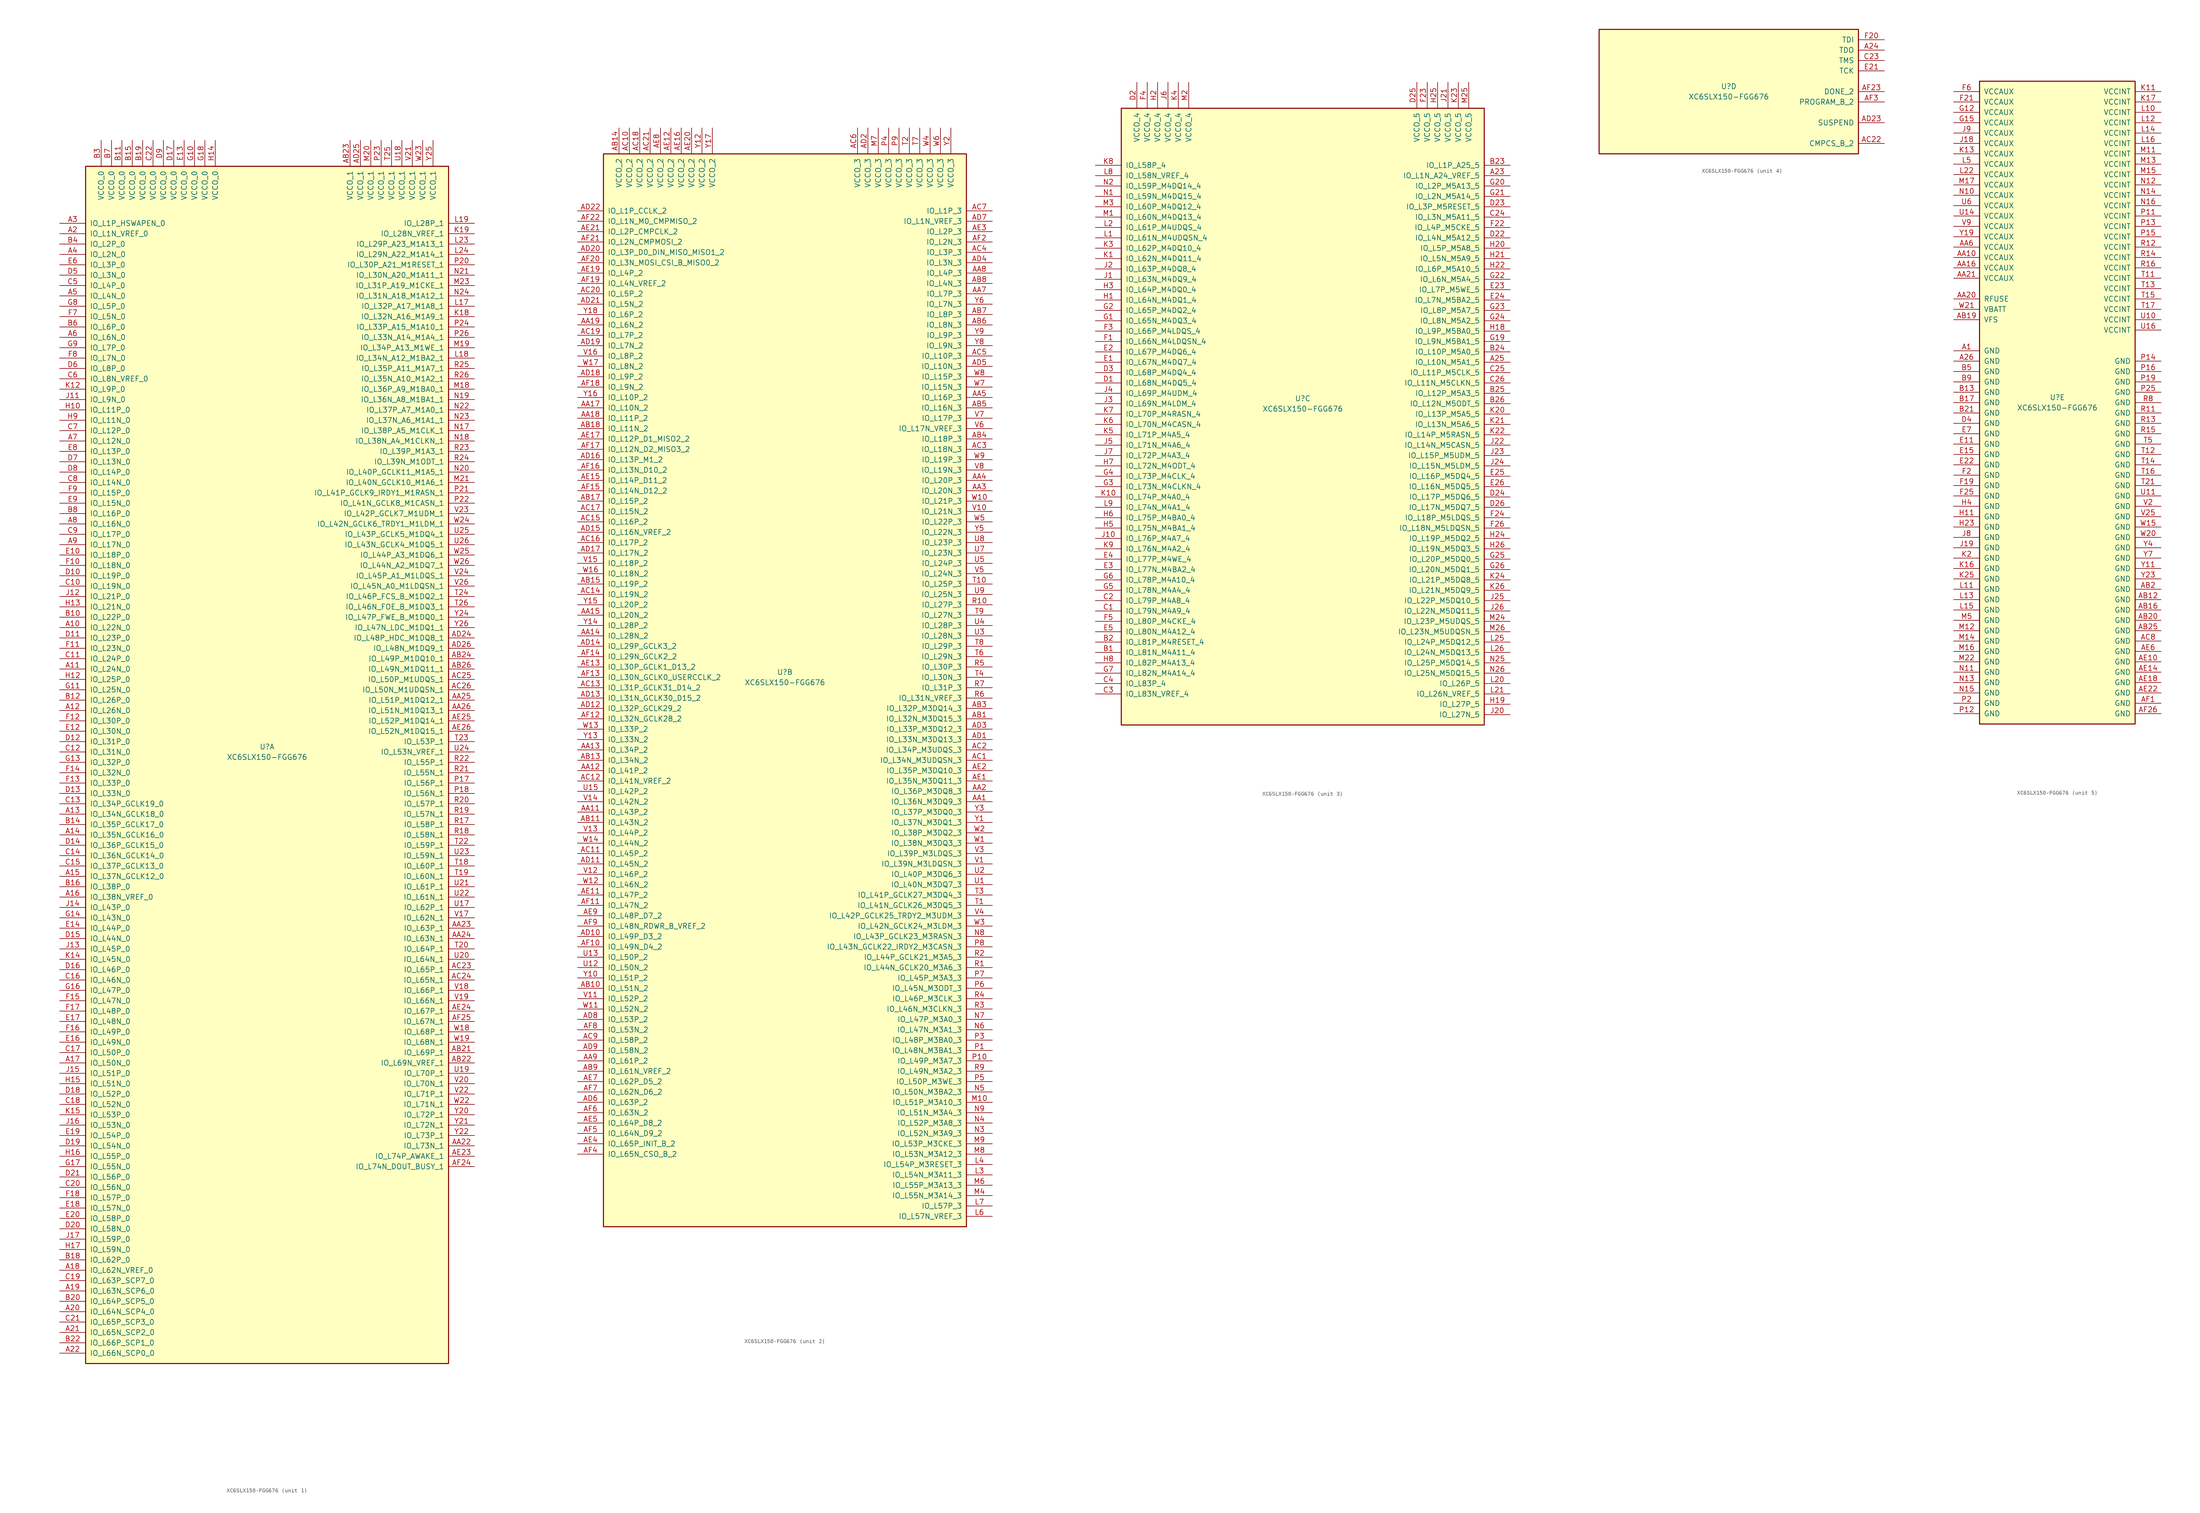
<source format=kicad_sym>
(kicad_symbol_lib
  (version 20201005)
  (generator kicad_symbol_editor)
  (symbol "XC6SLX150-FGG676"
    (pin_names
      (offset 1.016))
    (property "Reference" "U"
      (at 0 1.27 0)
      (effects (font (size 1.27 1.27))))
    (property "Value" "XC6SLX150-FGG676"
      (at 0 -1.27 0)
      (effects (font (size 1.27 1.27))))
    (property "Datasheet" ""
      (at 0 0 0)
      (effects (font (size 1.27 1.27))))
    (property "ki_locked" ""
      (at 0 0 0)
      (effects (font (size 1.27 1.27))))
    (symbol "XC6SLX150-FGG676_1_1"
      (rectangle (start -44.45 143.51) (end 44.45 -149.86) (stroke (width 0.254)) (fill (type background)))
      (pin power_in line (at -40.64 149.86 270) (length 6.35) (name "VCCO_0" (effects (font (size 1.27 1.27)))) (number "B3" (effects (font (size 1.27 1.27)))))
      (pin power_in line (at -38.1 149.86 270) (length 6.35) (name "VCCO_0" (effects (font (size 1.27 1.27)))) (number "B7" (effects (font (size 1.27 1.27)))))
      (pin power_in line (at -35.56 149.86 270) (length 6.35) (name "VCCO_0" (effects (font (size 1.27 1.27)))) (number "B11" (effects (font (size 1.27 1.27)))))
      (pin power_in line (at -33.02 149.86 270) (length 6.35) (name "VCCO_0" (effects (font (size 1.27 1.27)))) (number "B15" (effects (font (size 1.27 1.27)))))
      (pin power_in line (at -30.48 149.86 270) (length 6.35) (name "VCCO_0" (effects (font (size 1.27 1.27)))) (number "B19" (effects (font (size 1.27 1.27)))))
      (pin power_in line (at -27.94 149.86 270) (length 6.35) (name "VCCO_0" (effects (font (size 1.27 1.27)))) (number "C22" (effects (font (size 1.27 1.27)))))
      (pin power_in line (at -25.4 149.86 270) (length 6.35) (name "VCCO_0" (effects (font (size 1.27 1.27)))) (number "D9" (effects (font (size 1.27 1.27)))))
      (pin power_in line (at -22.86 149.86 270) (length 6.35) (name "VCCO_0" (effects (font (size 1.27 1.27)))) (number "D17" (effects (font (size 1.27 1.27)))))
      (pin power_in line (at -20.32 149.86 270) (length 6.35) (name "VCCO_0" (effects (font (size 1.27 1.27)))) (number "E13" (effects (font (size 1.27 1.27)))))
      (pin power_in line (at -17.78 149.86 270) (length 6.35) (name "VCCO_0" (effects (font (size 1.27 1.27)))) (number "G10" (effects (font (size 1.27 1.27)))))
      (pin power_in line (at -15.24 149.86 270) (length 6.35) (name "VCCO_0" (effects (font (size 1.27 1.27)))) (number "G18" (effects (font (size 1.27 1.27)))))
      (pin power_in line (at -12.7 149.86 270) (length 6.35) (name "VCCO_0" (effects (font (size 1.27 1.27)))) (number "H14" (effects (font (size 1.27 1.27)))))
      (pin bidirectional line (at -50.8 129.54 0) (length 6.35) (name "IO_L1P_HSWAPEN_0" (effects (font (size 1.27 1.27)))) (number "A3" (effects (font (size 1.27 1.27)))))
      (pin bidirectional line (at -50.8 127 0) (length 6.35) (name "IO_L1N_VREF_0" (effects (font (size 1.27 1.27)))) (number "A2" (effects (font (size 1.27 1.27)))))
      (pin bidirectional line (at -50.8 124.46 0) (length 6.35) (name "IO_L2P_0" (effects (font (size 1.27 1.27)))) (number "B4" (effects (font (size 1.27 1.27)))))
      (pin bidirectional line (at -50.8 121.92 0) (length 6.35) (name "IO_L2N_0" (effects (font (size 1.27 1.27)))) (number "A4" (effects (font (size 1.27 1.27)))))
      (pin bidirectional line (at -50.8 119.38 0) (length 6.35) (name "IO_L3P_0" (effects (font (size 1.27 1.27)))) (number "E6" (effects (font (size 1.27 1.27)))))
      (pin bidirectional line (at -50.8 116.84 0) (length 6.35) (name "IO_L3N_0" (effects (font (size 1.27 1.27)))) (number "D5" (effects (font (size 1.27 1.27)))))
      (pin bidirectional line (at -50.8 114.3 0) (length 6.35) (name "IO_L4P_0" (effects (font (size 1.27 1.27)))) (number "C5" (effects (font (size 1.27 1.27)))))
      (pin bidirectional line (at -50.8 111.76 0) (length 6.35) (name "IO_L4N_0" (effects (font (size 1.27 1.27)))) (number "A5" (effects (font (size 1.27 1.27)))))
      (pin bidirectional line (at -50.8 109.22 0) (length 6.35) (name "IO_L5P_0" (effects (font (size 1.27 1.27)))) (number "G8" (effects (font (size 1.27 1.27)))))
      (pin bidirectional line (at -50.8 106.68 0) (length 6.35) (name "IO_L5N_0" (effects (font (size 1.27 1.27)))) (number "F7" (effects (font (size 1.27 1.27)))))
      (pin bidirectional line (at -50.8 104.14 0) (length 6.35) (name "IO_L6P_0" (effects (font (size 1.27 1.27)))) (number "B6" (effects (font (size 1.27 1.27)))))
      (pin bidirectional line (at -50.8 101.6 0) (length 6.35) (name "IO_L6N_0" (effects (font (size 1.27 1.27)))) (number "A6" (effects (font (size 1.27 1.27)))))
      (pin bidirectional line (at -50.8 99.06 0) (length 6.35) (name "IO_L7P_0" (effects (font (size 1.27 1.27)))) (number "G9" (effects (font (size 1.27 1.27)))))
      (pin bidirectional line (at -50.8 96.52 0) (length 6.35) (name "IO_L7N_0" (effects (font (size 1.27 1.27)))) (number "F8" (effects (font (size 1.27 1.27)))))
      (pin bidirectional line (at -50.8 93.98 0) (length 6.35) (name "IO_L8P_0" (effects (font (size 1.27 1.27)))) (number "D6" (effects (font (size 1.27 1.27)))))
      (pin bidirectional line (at -50.8 91.44 0) (length 6.35) (name "IO_L8N_VREF_0" (effects (font (size 1.27 1.27)))) (number "C6" (effects (font (size 1.27 1.27)))))
      (pin bidirectional line (at -50.8 88.9 0) (length 6.35) (name "IO_L9P_0" (effects (font (size 1.27 1.27)))) (number "K12" (effects (font (size 1.27 1.27)))))
      (pin bidirectional line (at -50.8 86.36 0) (length 6.35) (name "IO_L9N_0" (effects (font (size 1.27 1.27)))) (number "J11" (effects (font (size 1.27 1.27)))))
      (pin bidirectional line (at -50.8 83.82 0) (length 6.35) (name "IO_L11P_0" (effects (font (size 1.27 1.27)))) (number "H10" (effects (font (size 1.27 1.27)))))
      (pin bidirectional line (at -50.8 81.28 0) (length 6.35) (name "IO_L11N_0" (effects (font (size 1.27 1.27)))) (number "H9" (effects (font (size 1.27 1.27)))))
      (pin bidirectional line (at -50.8 78.74 0) (length 6.35) (name "IO_L12P_0" (effects (font (size 1.27 1.27)))) (number "C7" (effects (font (size 1.27 1.27)))))
      (pin bidirectional line (at -50.8 76.2 0) (length 6.35) (name "IO_L12N_0" (effects (font (size 1.27 1.27)))) (number "A7" (effects (font (size 1.27 1.27)))))
      (pin bidirectional line (at -50.8 73.66 0) (length 6.35) (name "IO_L13P_0" (effects (font (size 1.27 1.27)))) (number "E8" (effects (font (size 1.27 1.27)))))
      (pin bidirectional line (at -50.8 71.12 0) (length 6.35) (name "IO_L13N_0" (effects (font (size 1.27 1.27)))) (number "D7" (effects (font (size 1.27 1.27)))))
      (pin bidirectional line (at -50.8 68.58 0) (length 6.35) (name "IO_L14P_0" (effects (font (size 1.27 1.27)))) (number "D8" (effects (font (size 1.27 1.27)))))
      (pin bidirectional line (at -50.8 66.04 0) (length 6.35) (name "IO_L14N_0" (effects (font (size 1.27 1.27)))) (number "C8" (effects (font (size 1.27 1.27)))))
      (pin bidirectional line (at -50.8 63.5 0) (length 6.35) (name "IO_L15P_0" (effects (font (size 1.27 1.27)))) (number "F9" (effects (font (size 1.27 1.27)))))
      (pin bidirectional line (at -50.8 60.96 0) (length 6.35) (name "IO_L15N_0" (effects (font (size 1.27 1.27)))) (number "E9" (effects (font (size 1.27 1.27)))))
      (pin bidirectional line (at -50.8 58.42 0) (length 6.35) (name "IO_L16P_0" (effects (font (size 1.27 1.27)))) (number "B8" (effects (font (size 1.27 1.27)))))
      (pin bidirectional line (at -50.8 55.88 0) (length 6.35) (name "IO_L16N_0" (effects (font (size 1.27 1.27)))) (number "A8" (effects (font (size 1.27 1.27)))))
      (pin bidirectional line (at -50.8 53.34 0) (length 6.35) (name "IO_L17P_0" (effects (font (size 1.27 1.27)))) (number "C9" (effects (font (size 1.27 1.27)))))
      (pin bidirectional line (at -50.8 50.8 0) (length 6.35) (name "IO_L17N_0" (effects (font (size 1.27 1.27)))) (number "A9" (effects (font (size 1.27 1.27)))))
      (pin bidirectional line (at -50.8 48.26 0) (length 6.35) (name "IO_L18P_0" (effects (font (size 1.27 1.27)))) (number "E10" (effects (font (size 1.27 1.27)))))
      (pin bidirectional line (at -50.8 45.72 0) (length 6.35) (name "IO_L18N_0" (effects (font (size 1.27 1.27)))) (number "F10" (effects (font (size 1.27 1.27)))))
      (pin bidirectional line (at -50.8 43.18 0) (length 6.35) (name "IO_L19P_0" (effects (font (size 1.27 1.27)))) (number "D10" (effects (font (size 1.27 1.27)))))
      (pin bidirectional line (at -50.8 40.64 0) (length 6.35) (name "IO_L19N_0" (effects (font (size 1.27 1.27)))) (number "C10" (effects (font (size 1.27 1.27)))))
      (pin bidirectional line (at -50.8 38.1 0) (length 6.35) (name "IO_L21P_0" (effects (font (size 1.27 1.27)))) (number "J12" (effects (font (size 1.27 1.27)))))
      (pin bidirectional line (at -50.8 35.56 0) (length 6.35) (name "IO_L21N_0" (effects (font (size 1.27 1.27)))) (number "H13" (effects (font (size 1.27 1.27)))))
      (pin bidirectional line (at -50.8 33.02 0) (length 6.35) (name "IO_L22P_0" (effects (font (size 1.27 1.27)))) (number "B10" (effects (font (size 1.27 1.27)))))
      (pin bidirectional line (at -50.8 30.48 0) (length 6.35) (name "IO_L22N_0" (effects (font (size 1.27 1.27)))) (number "A10" (effects (font (size 1.27 1.27)))))
      (pin bidirectional line (at -50.8 27.94 0) (length 6.35) (name "IO_L23P_0" (effects (font (size 1.27 1.27)))) (number "D11" (effects (font (size 1.27 1.27)))))
      (pin bidirectional line (at -50.8 25.4 0) (length 6.35) (name "IO_L23N_0" (effects (font (size 1.27 1.27)))) (number "F11" (effects (font (size 1.27 1.27)))))
      (pin bidirectional line (at -50.8 22.86 0) (length 6.35) (name "IO_L24P_0" (effects (font (size 1.27 1.27)))) (number "C11" (effects (font (size 1.27 1.27)))))
      (pin bidirectional line (at -50.8 20.32 0) (length 6.35) (name "IO_L24N_0" (effects (font (size 1.27 1.27)))) (number "A11" (effects (font (size 1.27 1.27)))))
      (pin bidirectional line (at -50.8 17.78 0) (length 6.35) (name "IO_L25P_0" (effects (font (size 1.27 1.27)))) (number "H12" (effects (font (size 1.27 1.27)))))
      (pin bidirectional line (at -50.8 15.24 0) (length 6.35) (name "IO_L25N_0" (effects (font (size 1.27 1.27)))) (number "G11" (effects (font (size 1.27 1.27)))))
      (pin bidirectional line (at -50.8 12.7 0) (length 6.35) (name "IO_L26P_0" (effects (font (size 1.27 1.27)))) (number "B12" (effects (font (size 1.27 1.27)))))
      (pin bidirectional line (at -50.8 10.16 0) (length 6.35) (name "IO_L26N_0" (effects (font (size 1.27 1.27)))) (number "A12" (effects (font (size 1.27 1.27)))))
      (pin bidirectional line (at -50.8 7.62 0) (length 6.35) (name "IO_L30P_0" (effects (font (size 1.27 1.27)))) (number "F12" (effects (font (size 1.27 1.27)))))
      (pin bidirectional line (at -50.8 5.08 0) (length 6.35) (name "IO_L30N_0" (effects (font (size 1.27 1.27)))) (number "E12" (effects (font (size 1.27 1.27)))))
      (pin bidirectional line (at -50.8 2.54 0) (length 6.35) (name "IO_L31P_0" (effects (font (size 1.27 1.27)))) (number "D12" (effects (font (size 1.27 1.27)))))
      (pin bidirectional line (at -50.8 0 0) (length 6.35) (name "IO_L31N_0" (effects (font (size 1.27 1.27)))) (number "C12" (effects (font (size 1.27 1.27)))))
      (pin bidirectional line (at -50.8 -2.54 0) (length 6.35) (name "IO_L32P_0" (effects (font (size 1.27 1.27)))) (number "G13" (effects (font (size 1.27 1.27)))))
      (pin bidirectional line (at -50.8 -5.08 0) (length 6.35) (name "IO_L32N_0" (effects (font (size 1.27 1.27)))) (number "F14" (effects (font (size 1.27 1.27)))))
      (pin bidirectional line (at -50.8 -7.62 0) (length 6.35) (name "IO_L33P_0" (effects (font (size 1.27 1.27)))) (number "F13" (effects (font (size 1.27 1.27)))))
      (pin bidirectional line (at -50.8 -10.16 0) (length 6.35) (name "IO_L33N_0" (effects (font (size 1.27 1.27)))) (number "D13" (effects (font (size 1.27 1.27)))))
      (pin bidirectional line (at -50.8 -12.7 0) (length 6.35) (name "IO_L34P_GCLK19_0" (effects (font (size 1.27 1.27)))) (number "C13" (effects (font (size 1.27 1.27)))))
      (pin bidirectional line (at -50.8 -15.24 0) (length 6.35) (name "IO_L34N_GCLK18_0" (effects (font (size 1.27 1.27)))) (number "A13" (effects (font (size 1.27 1.27)))))
      (pin bidirectional line (at -50.8 -17.78 0) (length 6.35) (name "IO_L35P_GCLK17_0" (effects (font (size 1.27 1.27)))) (number "B14" (effects (font (size 1.27 1.27)))))
      (pin bidirectional line (at -50.8 -20.32 0) (length 6.35) (name "IO_L35N_GCLK16_0" (effects (font (size 1.27 1.27)))) (number "A14" (effects (font (size 1.27 1.27)))))
      (pin bidirectional line (at -50.8 -22.86 0) (length 6.35) (name "IO_L36P_GCLK15_0" (effects (font (size 1.27 1.27)))) (number "D14" (effects (font (size 1.27 1.27)))))
      (pin bidirectional line (at -50.8 -25.4 0) (length 6.35) (name "IO_L36N_GCLK14_0" (effects (font (size 1.27 1.27)))) (number "C14" (effects (font (size 1.27 1.27)))))
      (pin bidirectional line (at -50.8 -27.94 0) (length 6.35) (name "IO_L37P_GCLK13_0" (effects (font (size 1.27 1.27)))) (number "C15" (effects (font (size 1.27 1.27)))))
      (pin bidirectional line (at -50.8 -30.48 0) (length 6.35) (name "IO_L37N_GCLK12_0" (effects (font (size 1.27 1.27)))) (number "A15" (effects (font (size 1.27 1.27)))))
      (pin bidirectional line (at -50.8 -33.02 0) (length 6.35) (name "IO_L38P_0" (effects (font (size 1.27 1.27)))) (number "B16" (effects (font (size 1.27 1.27)))))
      (pin bidirectional line (at -50.8 -35.56 0) (length 6.35) (name "IO_L38N_VREF_0" (effects (font (size 1.27 1.27)))) (number "A16" (effects (font (size 1.27 1.27)))))
      (pin bidirectional line (at -50.8 -38.1 0) (length 6.35) (name "IO_L43P_0" (effects (font (size 1.27 1.27)))) (number "J14" (effects (font (size 1.27 1.27)))))
      (pin bidirectional line (at -50.8 -40.64 0) (length 6.35) (name "IO_L43N_0" (effects (font (size 1.27 1.27)))) (number "G14" (effects (font (size 1.27 1.27)))))
      (pin bidirectional line (at -50.8 -43.18 0) (length 6.35) (name "IO_L44P_0" (effects (font (size 1.27 1.27)))) (number "E14" (effects (font (size 1.27 1.27)))))
      (pin bidirectional line (at -50.8 -45.72 0) (length 6.35) (name "IO_L44N_0" (effects (font (size 1.27 1.27)))) (number "D15" (effects (font (size 1.27 1.27)))))
      (pin bidirectional line (at -50.8 -48.26 0) (length 6.35) (name "IO_L45P_0" (effects (font (size 1.27 1.27)))) (number "J13" (effects (font (size 1.27 1.27)))))
      (pin bidirectional line (at -50.8 -50.8 0) (length 6.35) (name "IO_L45N_0" (effects (font (size 1.27 1.27)))) (number "K14" (effects (font (size 1.27 1.27)))))
      (pin bidirectional line (at -50.8 -53.34 0) (length 6.35) (name "IO_L46P_0" (effects (font (size 1.27 1.27)))) (number "D16" (effects (font (size 1.27 1.27)))))
      (pin bidirectional line (at -50.8 -55.88 0) (length 6.35) (name "IO_L46N_0" (effects (font (size 1.27 1.27)))) (number "C16" (effects (font (size 1.27 1.27)))))
      (pin bidirectional line (at -50.8 -58.42 0) (length 6.35) (name "IO_L47P_0" (effects (font (size 1.27 1.27)))) (number "G16" (effects (font (size 1.27 1.27)))))
      (pin bidirectional line (at -50.8 -60.96 0) (length 6.35) (name "IO_L47N_0" (effects (font (size 1.27 1.27)))) (number "F15" (effects (font (size 1.27 1.27)))))
      (pin bidirectional line (at -50.8 -63.5 0) (length 6.35) (name "IO_L48P_0" (effects (font (size 1.27 1.27)))) (number "F17" (effects (font (size 1.27 1.27)))))
      (pin bidirectional line (at -50.8 -66.04 0) (length 6.35) (name "IO_L48N_0" (effects (font (size 1.27 1.27)))) (number "E17" (effects (font (size 1.27 1.27)))))
      (pin bidirectional line (at -50.8 -68.58 0) (length 6.35) (name "IO_L49P_0" (effects (font (size 1.27 1.27)))) (number "F16" (effects (font (size 1.27 1.27)))))
      (pin bidirectional line (at -50.8 -71.12 0) (length 6.35) (name "IO_L49N_0" (effects (font (size 1.27 1.27)))) (number "E16" (effects (font (size 1.27 1.27)))))
      (pin bidirectional line (at -50.8 -73.66 0) (length 6.35) (name "IO_L50P_0" (effects (font (size 1.27 1.27)))) (number "C17" (effects (font (size 1.27 1.27)))))
      (pin bidirectional line (at -50.8 -76.2 0) (length 6.35) (name "IO_L50N_0" (effects (font (size 1.27 1.27)))) (number "A17" (effects (font (size 1.27 1.27)))))
      (pin bidirectional line (at -50.8 -78.74 0) (length 6.35) (name "IO_L51P_0" (effects (font (size 1.27 1.27)))) (number "J15" (effects (font (size 1.27 1.27)))))
      (pin bidirectional line (at -50.8 -81.28 0) (length 6.35) (name "IO_L51N_0" (effects (font (size 1.27 1.27)))) (number "H15" (effects (font (size 1.27 1.27)))))
      (pin bidirectional line (at -50.8 -83.82 0) (length 6.35) (name "IO_L52P_0" (effects (font (size 1.27 1.27)))) (number "D18" (effects (font (size 1.27 1.27)))))
      (pin bidirectional line (at -50.8 -86.36 0) (length 6.35) (name "IO_L52N_0" (effects (font (size 1.27 1.27)))) (number "C18" (effects (font (size 1.27 1.27)))))
      (pin bidirectional line (at -50.8 -88.9 0) (length 6.35) (name "IO_L53P_0" (effects (font (size 1.27 1.27)))) (number "K15" (effects (font (size 1.27 1.27)))))
      (pin bidirectional line (at -50.8 -91.44 0) (length 6.35) (name "IO_L53N_0" (effects (font (size 1.27 1.27)))) (number "J16" (effects (font (size 1.27 1.27)))))
      (pin bidirectional line (at -50.8 -93.98 0) (length 6.35) (name "IO_L54P_0" (effects (font (size 1.27 1.27)))) (number "E19" (effects (font (size 1.27 1.27)))))
      (pin bidirectional line (at -50.8 -96.52 0) (length 6.35) (name "IO_L54N_0" (effects (font (size 1.27 1.27)))) (number "D19" (effects (font (size 1.27 1.27)))))
      (pin bidirectional line (at -50.8 -99.06 0) (length 6.35) (name "IO_L55P_0" (effects (font (size 1.27 1.27)))) (number "H16" (effects (font (size 1.27 1.27)))))
      (pin bidirectional line (at -50.8 -101.6 0) (length 6.35) (name "IO_L55N_0" (effects (font (size 1.27 1.27)))) (number "G17" (effects (font (size 1.27 1.27)))))
      (pin bidirectional line (at -50.8 -104.14 0) (length 6.35) (name "IO_L56P_0" (effects (font (size 1.27 1.27)))) (number "D21" (effects (font (size 1.27 1.27)))))
      (pin bidirectional line (at -50.8 -106.68 0) (length 6.35) (name "IO_L56N_0" (effects (font (size 1.27 1.27)))) (number "C20" (effects (font (size 1.27 1.27)))))
      (pin bidirectional line (at -50.8 -109.22 0) (length 6.35) (name "IO_L57P_0" (effects (font (size 1.27 1.27)))) (number "F18" (effects (font (size 1.27 1.27)))))
      (pin bidirectional line (at -50.8 -111.76 0) (length 6.35) (name "IO_L57N_0" (effects (font (size 1.27 1.27)))) (number "E18" (effects (font (size 1.27 1.27)))))
      (pin bidirectional line (at -50.8 -114.3 0) (length 6.35) (name "IO_L58P_0" (effects (font (size 1.27 1.27)))) (number "E20" (effects (font (size 1.27 1.27)))))
      (pin bidirectional line (at -50.8 -116.84 0) (length 6.35) (name "IO_L58N_0" (effects (font (size 1.27 1.27)))) (number "D20" (effects (font (size 1.27 1.27)))))
      (pin bidirectional line (at -50.8 -119.38 0) (length 6.35) (name "IO_L59P_0" (effects (font (size 1.27 1.27)))) (number "J17" (effects (font (size 1.27 1.27)))))
      (pin bidirectional line (at -50.8 -121.92 0) (length 6.35) (name "IO_L59N_0" (effects (font (size 1.27 1.27)))) (number "H17" (effects (font (size 1.27 1.27)))))
      (pin bidirectional line (at -50.8 -124.46 0) (length 6.35) (name "IO_L62P_0" (effects (font (size 1.27 1.27)))) (number "B18" (effects (font (size 1.27 1.27)))))
      (pin bidirectional line (at -50.8 -127 0) (length 6.35) (name "IO_L62N_VREF_0" (effects (font (size 1.27 1.27)))) (number "A18" (effects (font (size 1.27 1.27)))))
      (pin bidirectional line (at -50.8 -129.54 0) (length 6.35) (name "IO_L63P_SCP7_0" (effects (font (size 1.27 1.27)))) (number "C19" (effects (font (size 1.27 1.27)))))
      (pin bidirectional line (at -50.8 -132.08 0) (length 6.35) (name "IO_L63N_SCP6_0" (effects (font (size 1.27 1.27)))) (number "A19" (effects (font (size 1.27 1.27)))))
      (pin bidirectional line (at -50.8 -134.62 0) (length 6.35) (name "IO_L64P_SCP5_0" (effects (font (size 1.27 1.27)))) (number "B20" (effects (font (size 1.27 1.27)))))
      (pin bidirectional line (at -50.8 -137.16 0) (length 6.35) (name "IO_L64N_SCP4_0" (effects (font (size 1.27 1.27)))) (number "A20" (effects (font (size 1.27 1.27)))))
      (pin bidirectional line (at -50.8 -139.7 0) (length 6.35) (name "IO_L65P_SCP3_0" (effects (font (size 1.27 1.27)))) (number "C21" (effects (font (size 1.27 1.27)))))
      (pin bidirectional line (at -50.8 -142.24 0) (length 6.35) (name "IO_L65N_SCP2_0" (effects (font (size 1.27 1.27)))) (number "A21" (effects (font (size 1.27 1.27)))))
      (pin bidirectional line (at -50.8 -144.78 0) (length 6.35) (name "IO_L66P_SCP1_0" (effects (font (size 1.27 1.27)))) (number "B22" (effects (font (size 1.27 1.27)))))
      (pin bidirectional line (at -50.8 -147.32 0) (length 6.35) (name "IO_L66N_SCP0_0" (effects (font (size 1.27 1.27)))) (number "A22" (effects (font (size 1.27 1.27)))))
      (pin power_in line (at 20.32 149.86 270) (length 6.35) (name "VCCO_1" (effects (font (size 1.27 1.27)))) (number "AB23" (effects (font (size 1.27 1.27)))))
      (pin power_in line (at 22.86 149.86 270) (length 6.35) (name "VCCO_1" (effects (font (size 1.27 1.27)))) (number "AD25" (effects (font (size 1.27 1.27)))))
      (pin power_in line (at 25.4 149.86 270) (length 6.35) (name "VCCO_1" (effects (font (size 1.27 1.27)))) (number "M20" (effects (font (size 1.27 1.27)))))
      (pin power_in line (at 27.94 149.86 270) (length 6.35) (name "VCCO_1" (effects (font (size 1.27 1.27)))) (number "P23" (effects (font (size 1.27 1.27)))))
      (pin power_in line (at 30.48 149.86 270) (length 6.35) (name "VCCO_1" (effects (font (size 1.27 1.27)))) (number "T25" (effects (font (size 1.27 1.27)))))
      (pin power_in line (at 33.02 149.86 270) (length 6.35) (name "VCCO_1" (effects (font (size 1.27 1.27)))) (number "U18" (effects (font (size 1.27 1.27)))))
      (pin power_in line (at 35.56 149.86 270) (length 6.35) (name "VCCO_1" (effects (font (size 1.27 1.27)))) (number "V21" (effects (font (size 1.27 1.27)))))
      (pin power_in line (at 38.1 149.86 270) (length 6.35) (name "VCCO_1" (effects (font (size 1.27 1.27)))) (number "W23" (effects (font (size 1.27 1.27)))))
      (pin power_in line (at 40.64 149.86 270) (length 6.35) (name "VCCO_1" (effects (font (size 1.27 1.27)))) (number "Y25" (effects (font (size 1.27 1.27)))))
      (pin bidirectional line (at 50.8 129.54 180) (length 6.35) (name "IO_L28P_1" (effects (font (size 1.27 1.27)))) (number "L19" (effects (font (size 1.27 1.27)))))
      (pin bidirectional line (at 50.8 127 180) (length 6.35) (name "IO_L28N_VREF_1" (effects (font (size 1.27 1.27)))) (number "K19" (effects (font (size 1.27 1.27)))))
      (pin bidirectional line (at 50.8 124.46 180) (length 6.35) (name "IO_L29P_A23_M1A13_1" (effects (font (size 1.27 1.27)))) (number "L23" (effects (font (size 1.27 1.27)))))
      (pin bidirectional line (at 50.8 121.92 180) (length 6.35) (name "IO_L29N_A22_M1A14_1" (effects (font (size 1.27 1.27)))) (number "L24" (effects (font (size 1.27 1.27)))))
      (pin bidirectional line (at 50.8 119.38 180) (length 6.35) (name "IO_L30P_A21_M1RESET_1" (effects (font (size 1.27 1.27)))) (number "P20" (effects (font (size 1.27 1.27)))))
      (pin bidirectional line (at 50.8 116.84 180) (length 6.35) (name "IO_L30N_A20_M1A11_1" (effects (font (size 1.27 1.27)))) (number "N21" (effects (font (size 1.27 1.27)))))
      (pin bidirectional line (at 50.8 114.3 180) (length 6.35) (name "IO_L31P_A19_M1CKE_1" (effects (font (size 1.27 1.27)))) (number "M23" (effects (font (size 1.27 1.27)))))
      (pin bidirectional line (at 50.8 111.76 180) (length 6.35) (name "IO_L31N_A18_M1A12_1" (effects (font (size 1.27 1.27)))) (number "N24" (effects (font (size 1.27 1.27)))))
      (pin bidirectional line (at 50.8 109.22 180) (length 6.35) (name "IO_L32P_A17_M1A8_1" (effects (font (size 1.27 1.27)))) (number "L17" (effects (font (size 1.27 1.27)))))
      (pin bidirectional line (at 50.8 106.68 180) (length 6.35) (name "IO_L32N_A16_M1A9_1" (effects (font (size 1.27 1.27)))) (number "K18" (effects (font (size 1.27 1.27)))))
      (pin bidirectional line (at 50.8 104.14 180) (length 6.35) (name "IO_L33P_A15_M1A10_1" (effects (font (size 1.27 1.27)))) (number "P24" (effects (font (size 1.27 1.27)))))
      (pin bidirectional line (at 50.8 101.6 180) (length 6.35) (name "IO_L33N_A14_M1A4_1" (effects (font (size 1.27 1.27)))) (number "P26" (effects (font (size 1.27 1.27)))))
      (pin bidirectional line (at 50.8 99.06 180) (length 6.35) (name "IO_L34P_A13_M1WE_1" (effects (font (size 1.27 1.27)))) (number "M19" (effects (font (size 1.27 1.27)))))
      (pin bidirectional line (at 50.8 96.52 180) (length 6.35) (name "IO_L34N_A12_M1BA2_1" (effects (font (size 1.27 1.27)))) (number "L18" (effects (font (size 1.27 1.27)))))
      (pin bidirectional line (at 50.8 93.98 180) (length 6.35) (name "IO_L35P_A11_M1A7_1" (effects (font (size 1.27 1.27)))) (number "R25" (effects (font (size 1.27 1.27)))))
      (pin bidirectional line (at 50.8 91.44 180) (length 6.35) (name "IO_L35N_A10_M1A2_1" (effects (font (size 1.27 1.27)))) (number "R26" (effects (font (size 1.27 1.27)))))
      (pin bidirectional line (at 50.8 88.9 180) (length 6.35) (name "IO_L36P_A9_M1BA0_1" (effects (font (size 1.27 1.27)))) (number "M18" (effects (font (size 1.27 1.27)))))
      (pin bidirectional line (at 50.8 86.36 180) (length 6.35) (name "IO_L36N_A8_M1BA1_1" (effects (font (size 1.27 1.27)))) (number "N19" (effects (font (size 1.27 1.27)))))
      (pin bidirectional line (at 50.8 83.82 180) (length 6.35) (name "IO_L37P_A7_M1A0_1" (effects (font (size 1.27 1.27)))) (number "N22" (effects (font (size 1.27 1.27)))))
      (pin bidirectional line (at 50.8 81.28 180) (length 6.35) (name "IO_L37N_A6_M1A1_1" (effects (font (size 1.27 1.27)))) (number "N23" (effects (font (size 1.27 1.27)))))
      (pin bidirectional line (at 50.8 78.74 180) (length 6.35) (name "IO_L38P_A5_M1CLK_1" (effects (font (size 1.27 1.27)))) (number "N17" (effects (font (size 1.27 1.27)))))
      (pin bidirectional line (at 50.8 76.2 180) (length 6.35) (name "IO_L38N_A4_M1CLKN_1" (effects (font (size 1.27 1.27)))) (number "N18" (effects (font (size 1.27 1.27)))))
      (pin bidirectional line (at 50.8 73.66 180) (length 6.35) (name "IO_L39P_M1A3_1" (effects (font (size 1.27 1.27)))) (number "R23" (effects (font (size 1.27 1.27)))))
      (pin bidirectional line (at 50.8 71.12 180) (length 6.35) (name "IO_L39N_M1ODT_1" (effects (font (size 1.27 1.27)))) (number "R24" (effects (font (size 1.27 1.27)))))
      (pin bidirectional line (at 50.8 68.58 180) (length 6.35) (name "IO_L40P_GCLK11_M1A5_1" (effects (font (size 1.27 1.27)))) (number "N20" (effects (font (size 1.27 1.27)))))
      (pin bidirectional line (at 50.8 66.04 180) (length 6.35) (name "IO_L40N_GCLK10_M1A6_1" (effects (font (size 1.27 1.27)))) (number "M21" (effects (font (size 1.27 1.27)))))
      (pin bidirectional line (at 50.8 63.5 180) (length 6.35) (name "IO_L41P_GCLK9_IRDY1_M1RASN_1" (effects (font (size 1.27 1.27)))) (number "P21" (effects (font (size 1.27 1.27)))))
      (pin bidirectional line (at 50.8 60.96 180) (length 6.35) (name "IO_L41N_GCLK8_M1CASN_1" (effects (font (size 1.27 1.27)))) (number "P22" (effects (font (size 1.27 1.27)))))
      (pin bidirectional line (at 50.8 58.42 180) (length 6.35) (name "IO_L42P_GCLK7_M1UDM_1" (effects (font (size 1.27 1.27)))) (number "V23" (effects (font (size 1.27 1.27)))))
      (pin bidirectional line (at 50.8 55.88 180) (length 6.35) (name "IO_L42N_GCLK6_TRDY1_M1LDM_1" (effects (font (size 1.27 1.27)))) (number "W24" (effects (font (size 1.27 1.27)))))
      (pin bidirectional line (at 50.8 53.34 180) (length 6.35) (name "IO_L43P_GCLK5_M1DQ4_1" (effects (font (size 1.27 1.27)))) (number "U25" (effects (font (size 1.27 1.27)))))
      (pin bidirectional line (at 50.8 50.8 180) (length 6.35) (name "IO_L43N_GCLK4_M1DQ5_1" (effects (font (size 1.27 1.27)))) (number "U26" (effects (font (size 1.27 1.27)))))
      (pin bidirectional line (at 50.8 48.26 180) (length 6.35) (name "IO_L44P_A3_M1DQ6_1" (effects (font (size 1.27 1.27)))) (number "W25" (effects (font (size 1.27 1.27)))))
      (pin bidirectional line (at 50.8 45.72 180) (length 6.35) (name "IO_L44N_A2_M1DQ7_1" (effects (font (size 1.27 1.27)))) (number "W26" (effects (font (size 1.27 1.27)))))
      (pin bidirectional line (at 50.8 43.18 180) (length 6.35) (name "IO_L45P_A1_M1LDQS_1" (effects (font (size 1.27 1.27)))) (number "V24" (effects (font (size 1.27 1.27)))))
      (pin bidirectional line (at 50.8 40.64 180) (length 6.35) (name "IO_L45N_A0_M1LDQSN_1" (effects (font (size 1.27 1.27)))) (number "V26" (effects (font (size 1.27 1.27)))))
      (pin bidirectional line (at 50.8 38.1 180) (length 6.35) (name "IO_L46P_FCS_B_M1DQ2_1" (effects (font (size 1.27 1.27)))) (number "T24" (effects (font (size 1.27 1.27)))))
      (pin bidirectional line (at 50.8 35.56 180) (length 6.35) (name "IO_L46N_FOE_B_M1DQ3_1" (effects (font (size 1.27 1.27)))) (number "T26" (effects (font (size 1.27 1.27)))))
      (pin bidirectional line (at 50.8 33.02 180) (length 6.35) (name "IO_L47P_FWE_B_M1DQ0_1" (effects (font (size 1.27 1.27)))) (number "Y24" (effects (font (size 1.27 1.27)))))
      (pin bidirectional line (at 50.8 30.48 180) (length 6.35) (name "IO_L47N_LDC_M1DQ1_1" (effects (font (size 1.27 1.27)))) (number "Y26" (effects (font (size 1.27 1.27)))))
      (pin bidirectional line (at 50.8 27.94 180) (length 6.35) (name "IO_L48P_HDC_M1DQ8_1" (effects (font (size 1.27 1.27)))) (number "AD24" (effects (font (size 1.27 1.27)))))
      (pin bidirectional line (at 50.8 25.4 180) (length 6.35) (name "IO_L48N_M1DQ9_1" (effects (font (size 1.27 1.27)))) (number "AD26" (effects (font (size 1.27 1.27)))))
      (pin bidirectional line (at 50.8 22.86 180) (length 6.35) (name "IO_L49P_M1DQ10_1" (effects (font (size 1.27 1.27)))) (number "AB24" (effects (font (size 1.27 1.27)))))
      (pin bidirectional line (at 50.8 20.32 180) (length 6.35) (name "IO_L49N_M1DQ11_1" (effects (font (size 1.27 1.27)))) (number "AB26" (effects (font (size 1.27 1.27)))))
      (pin bidirectional line (at 50.8 17.78 180) (length 6.35) (name "IO_L50P_M1UDQS_1" (effects (font (size 1.27 1.27)))) (number "AC25" (effects (font (size 1.27 1.27)))))
      (pin bidirectional line (at 50.8 15.24 180) (length 6.35) (name "IO_L50N_M1UDQSN_1" (effects (font (size 1.27 1.27)))) (number "AC26" (effects (font (size 1.27 1.27)))))
      (pin bidirectional line (at 50.8 12.7 180) (length 6.35) (name "IO_L51P_M1DQ12_1" (effects (font (size 1.27 1.27)))) (number "AA25" (effects (font (size 1.27 1.27)))))
      (pin bidirectional line (at 50.8 10.16 180) (length 6.35) (name "IO_L51N_M1DQ13_1" (effects (font (size 1.27 1.27)))) (number "AA26" (effects (font (size 1.27 1.27)))))
      (pin bidirectional line (at 50.8 7.62 180) (length 6.35) (name "IO_L52P_M1DQ14_1" (effects (font (size 1.27 1.27)))) (number "AE25" (effects (font (size 1.27 1.27)))))
      (pin bidirectional line (at 50.8 5.08 180) (length 6.35) (name "IO_L52N_M1DQ15_1" (effects (font (size 1.27 1.27)))) (number "AE26" (effects (font (size 1.27 1.27)))))
      (pin bidirectional line (at 50.8 2.54 180) (length 6.35) (name "IO_L53P_1" (effects (font (size 1.27 1.27)))) (number "T23" (effects (font (size 1.27 1.27)))))
      (pin bidirectional line (at 50.8 0 180) (length 6.35) (name "IO_L53N_VREF_1" (effects (font (size 1.27 1.27)))) (number "U24" (effects (font (size 1.27 1.27)))))
      (pin bidirectional line (at 50.8 -2.54 180) (length 6.35) (name "IO_L55P_1" (effects (font (size 1.27 1.27)))) (number "R22" (effects (font (size 1.27 1.27)))))
      (pin bidirectional line (at 50.8 -5.08 180) (length 6.35) (name "IO_L55N_1" (effects (font (size 1.27 1.27)))) (number "R21" (effects (font (size 1.27 1.27)))))
      (pin bidirectional line (at 50.8 -7.62 180) (length 6.35) (name "IO_L56P_1" (effects (font (size 1.27 1.27)))) (number "P17" (effects (font (size 1.27 1.27)))))
      (pin bidirectional line (at 50.8 -10.16 180) (length 6.35) (name "IO_L56N_1" (effects (font (size 1.27 1.27)))) (number "P18" (effects (font (size 1.27 1.27)))))
      (pin bidirectional line (at 50.8 -12.7 180) (length 6.35) (name "IO_L57P_1" (effects (font (size 1.27 1.27)))) (number "R20" (effects (font (size 1.27 1.27)))))
      (pin bidirectional line (at 50.8 -15.24 180) (length 6.35) (name "IO_L57N_1" (effects (font (size 1.27 1.27)))) (number "R19" (effects (font (size 1.27 1.27)))))
      (pin bidirectional line (at 50.8 -17.78 180) (length 6.35) (name "IO_L58P_1" (effects (font (size 1.27 1.27)))) (number "R17" (effects (font (size 1.27 1.27)))))
      (pin bidirectional line (at 50.8 -20.32 180) (length 6.35) (name "IO_L58N_1" (effects (font (size 1.27 1.27)))) (number "R18" (effects (font (size 1.27 1.27)))))
      (pin bidirectional line (at 50.8 -22.86 180) (length 6.35) (name "IO_L59P_1" (effects (font (size 1.27 1.27)))) (number "T22" (effects (font (size 1.27 1.27)))))
      (pin bidirectional line (at 50.8 -25.4 180) (length 6.35) (name "IO_L59N_1" (effects (font (size 1.27 1.27)))) (number "U23" (effects (font (size 1.27 1.27)))))
      (pin bidirectional line (at 50.8 -27.94 180) (length 6.35) (name "IO_L60P_1" (effects (font (size 1.27 1.27)))) (number "T18" (effects (font (size 1.27 1.27)))))
      (pin bidirectional line (at 50.8 -30.48 180) (length 6.35) (name "IO_L60N_1" (effects (font (size 1.27 1.27)))) (number "T19" (effects (font (size 1.27 1.27)))))
      (pin bidirectional line (at 50.8 -33.02 180) (length 6.35) (name "IO_L61P_1" (effects (font (size 1.27 1.27)))) (number "U21" (effects (font (size 1.27 1.27)))))
      (pin bidirectional line (at 50.8 -35.56 180) (length 6.35) (name "IO_L61N_1" (effects (font (size 1.27 1.27)))) (number "U22" (effects (font (size 1.27 1.27)))))
      (pin bidirectional line (at 50.8 -38.1 180) (length 6.35) (name "IO_L62P_1" (effects (font (size 1.27 1.27)))) (number "U17" (effects (font (size 1.27 1.27)))))
      (pin bidirectional line (at 50.8 -40.64 180) (length 6.35) (name "IO_L62N_1" (effects (font (size 1.27 1.27)))) (number "V17" (effects (font (size 1.27 1.27)))))
      (pin bidirectional line (at 50.8 -43.18 180) (length 6.35) (name "IO_L63P_1" (effects (font (size 1.27 1.27)))) (number "AA23" (effects (font (size 1.27 1.27)))))
      (pin bidirectional line (at 50.8 -45.72 180) (length 6.35) (name "IO_L63N_1" (effects (font (size 1.27 1.27)))) (number "AA24" (effects (font (size 1.27 1.27)))))
      (pin bidirectional line (at 50.8 -48.26 180) (length 6.35) (name "IO_L64P_1" (effects (font (size 1.27 1.27)))) (number "T20" (effects (font (size 1.27 1.27)))))
      (pin bidirectional line (at 50.8 -50.8 180) (length 6.35) (name "IO_L64N_1" (effects (font (size 1.27 1.27)))) (number "U20" (effects (font (size 1.27 1.27)))))
      (pin bidirectional line (at 50.8 -53.34 180) (length 6.35) (name "IO_L65P_1" (effects (font (size 1.27 1.27)))) (number "AC23" (effects (font (size 1.27 1.27)))))
      (pin bidirectional line (at 50.8 -55.88 180) (length 6.35) (name "IO_L65N_1" (effects (font (size 1.27 1.27)))) (number "AC24" (effects (font (size 1.27 1.27)))))
      (pin bidirectional line (at 50.8 -58.42 180) (length 6.35) (name "IO_L66P_1" (effects (font (size 1.27 1.27)))) (number "V18" (effects (font (size 1.27 1.27)))))
      (pin bidirectional line (at 50.8 -60.96 180) (length 6.35) (name "IO_L66N_1" (effects (font (size 1.27 1.27)))) (number "V19" (effects (font (size 1.27 1.27)))))
      (pin bidirectional line (at 50.8 -63.5 180) (length 6.35) (name "IO_L67P_1" (effects (font (size 1.27 1.27)))) (number "AE24" (effects (font (size 1.27 1.27)))))
      (pin bidirectional line (at 50.8 -66.04 180) (length 6.35) (name "IO_L67N_1" (effects (font (size 1.27 1.27)))) (number "AF25" (effects (font (size 1.27 1.27)))))
      (pin bidirectional line (at 50.8 -68.58 180) (length 6.35) (name "IO_L68P_1" (effects (font (size 1.27 1.27)))) (number "W18" (effects (font (size 1.27 1.27)))))
      (pin bidirectional line (at 50.8 -71.12 180) (length 6.35) (name "IO_L68N_1" (effects (font (size 1.27 1.27)))) (number "W19" (effects (font (size 1.27 1.27)))))
      (pin bidirectional line (at 50.8 -73.66 180) (length 6.35) (name "IO_L69P_1" (effects (font (size 1.27 1.27)))) (number "AB21" (effects (font (size 1.27 1.27)))))
      (pin bidirectional line (at 50.8 -76.2 180) (length 6.35) (name "IO_L69N_VREF_1" (effects (font (size 1.27 1.27)))) (number "AB22" (effects (font (size 1.27 1.27)))))
      (pin bidirectional line (at 50.8 -78.74 180) (length 6.35) (name "IO_L70P_1" (effects (font (size 1.27 1.27)))) (number "U19" (effects (font (size 1.27 1.27)))))
      (pin bidirectional line (at 50.8 -81.28 180) (length 6.35) (name "IO_L70N_1" (effects (font (size 1.27 1.27)))) (number "V20" (effects (font (size 1.27 1.27)))))
      (pin bidirectional line (at 50.8 -83.82 180) (length 6.35) (name "IO_L71P_1" (effects (font (size 1.27 1.27)))) (number "V22" (effects (font (size 1.27 1.27)))))
      (pin bidirectional line (at 50.8 -86.36 180) (length 6.35) (name "IO_L71N_1" (effects (font (size 1.27 1.27)))) (number "W22" (effects (font (size 1.27 1.27)))))
      (pin bidirectional line (at 50.8 -88.9 180) (length 6.35) (name "IO_L72P_1" (effects (font (size 1.27 1.27)))) (number "Y20" (effects (font (size 1.27 1.27)))))
      (pin bidirectional line (at 50.8 -91.44 180) (length 6.35) (name "IO_L72N_1" (effects (font (size 1.27 1.27)))) (number "Y21" (effects (font (size 1.27 1.27)))))
      (pin bidirectional line (at 50.8 -93.98 180) (length 6.35) (name "IO_L73P_1" (effects (font (size 1.27 1.27)))) (number "Y22" (effects (font (size 1.27 1.27)))))
      (pin bidirectional line (at 50.8 -96.52 180) (length 6.35) (name "IO_L73N_1" (effects (font (size 1.27 1.27)))) (number "AA22" (effects (font (size 1.27 1.27)))))
      (pin bidirectional line (at 50.8 -99.06 180) (length 6.35) (name "IO_L74P_AWAKE_1" (effects (font (size 1.27 1.27)))) (number "AE23" (effects (font (size 1.27 1.27)))))
      (pin bidirectional line (at 50.8 -101.6 180) (length 6.35) (name "IO_L74N_DOUT_BUSY_1" (effects (font (size 1.27 1.27)))) (number "AF24" (effects (font (size 1.27 1.27))))))
    (symbol "XC6SLX150-FGG676_2_1"
      (rectangle (start -44.45 128.27) (end 44.45 -134.62) (stroke (width 0.254)) (fill (type background)))
      (pin power_in line (at -40.64 134.62 270) (length 6.35) (name "VCCO_2" (effects (font (size 1.27 1.27)))) (number "AB14" (effects (font (size 1.27 1.27)))))
      (pin power_in line (at -38.1 134.62 270) (length 6.35) (name "VCCO_2" (effects (font (size 1.27 1.27)))) (number "AC10" (effects (font (size 1.27 1.27)))))
      (pin power_in line (at -35.56 134.62 270) (length 6.35) (name "VCCO_2" (effects (font (size 1.27 1.27)))) (number "AC18" (effects (font (size 1.27 1.27)))))
      (pin power_in line (at -33.02 134.62 270) (length 6.35) (name "VCCO_2" (effects (font (size 1.27 1.27)))) (number "AC21" (effects (font (size 1.27 1.27)))))
      (pin power_in line (at -30.48 134.62 270) (length 6.35) (name "VCCO_2" (effects (font (size 1.27 1.27)))) (number "AE8" (effects (font (size 1.27 1.27)))))
      (pin power_in line (at -27.94 134.62 270) (length 6.35) (name "VCCO_2" (effects (font (size 1.27 1.27)))) (number "AE12" (effects (font (size 1.27 1.27)))))
      (pin power_in line (at -25.4 134.62 270) (length 6.35) (name "VCCO_2" (effects (font (size 1.27 1.27)))) (number "AE16" (effects (font (size 1.27 1.27)))))
      (pin power_in line (at -22.86 134.62 270) (length 6.35) (name "VCCO_2" (effects (font (size 1.27 1.27)))) (number "AE20" (effects (font (size 1.27 1.27)))))
      (pin power_in line (at -20.32 134.62 270) (length 6.35) (name "VCCO_2" (effects (font (size 1.27 1.27)))) (number "Y12" (effects (font (size 1.27 1.27)))))
      (pin power_in line (at -17.78 134.62 270) (length 6.35) (name "VCCO_2" (effects (font (size 1.27 1.27)))) (number "Y17" (effects (font (size 1.27 1.27)))))
      (pin bidirectional line (at -50.8 114.3 0) (length 6.35) (name "IO_L1P_CCLK_2" (effects (font (size 1.27 1.27)))) (number "AD22" (effects (font (size 1.27 1.27)))))
      (pin bidirectional line (at -50.8 111.76 0) (length 6.35) (name "IO_L1N_M0_CMPMISO_2" (effects (font (size 1.27 1.27)))) (number "AF22" (effects (font (size 1.27 1.27)))))
      (pin bidirectional line (at -50.8 109.22 0) (length 6.35) (name "IO_L2P_CMPCLK_2" (effects (font (size 1.27 1.27)))) (number "AE21" (effects (font (size 1.27 1.27)))))
      (pin bidirectional line (at -50.8 106.68 0) (length 6.35) (name "IO_L2N_CMPMOSI_2" (effects (font (size 1.27 1.27)))) (number "AF21" (effects (font (size 1.27 1.27)))))
      (pin bidirectional line (at -50.8 104.14 0) (length 6.35) (name "IO_L3P_D0_DIN_MISO_MISO1_2" (effects (font (size 1.27 1.27)))) (number "AD20" (effects (font (size 1.27 1.27)))))
      (pin bidirectional line (at -50.8 101.6 0) (length 6.35) (name "IO_L3N_MOSI_CSI_B_MISO0_2" (effects (font (size 1.27 1.27)))) (number "AF20" (effects (font (size 1.27 1.27)))))
      (pin bidirectional line (at -50.8 99.06 0) (length 6.35) (name "IO_L4P_2" (effects (font (size 1.27 1.27)))) (number "AE19" (effects (font (size 1.27 1.27)))))
      (pin bidirectional line (at -50.8 96.52 0) (length 6.35) (name "IO_L4N_VREF_2" (effects (font (size 1.27 1.27)))) (number "AF19" (effects (font (size 1.27 1.27)))))
      (pin bidirectional line (at -50.8 93.98 0) (length 6.35) (name "IO_L5P_2" (effects (font (size 1.27 1.27)))) (number "AC20" (effects (font (size 1.27 1.27)))))
      (pin bidirectional line (at -50.8 91.44 0) (length 6.35) (name "IO_L5N_2" (effects (font (size 1.27 1.27)))) (number "AD21" (effects (font (size 1.27 1.27)))))
      (pin bidirectional line (at -50.8 88.9 0) (length 6.35) (name "IO_L6P_2" (effects (font (size 1.27 1.27)))) (number "Y18" (effects (font (size 1.27 1.27)))))
      (pin bidirectional line (at -50.8 86.36 0) (length 6.35) (name "IO_L6N_2" (effects (font (size 1.27 1.27)))) (number "AA19" (effects (font (size 1.27 1.27)))))
      (pin bidirectional line (at -50.8 83.82 0) (length 6.35) (name "IO_L7P_2" (effects (font (size 1.27 1.27)))) (number "AC19" (effects (font (size 1.27 1.27)))))
      (pin bidirectional line (at -50.8 81.28 0) (length 6.35) (name "IO_L7N_2" (effects (font (size 1.27 1.27)))) (number "AD19" (effects (font (size 1.27 1.27)))))
      (pin bidirectional line (at -50.8 78.74 0) (length 6.35) (name "IO_L8P_2" (effects (font (size 1.27 1.27)))) (number "V16" (effects (font (size 1.27 1.27)))))
      (pin bidirectional line (at -50.8 76.2 0) (length 6.35) (name "IO_L8N_2" (effects (font (size 1.27 1.27)))) (number "W17" (effects (font (size 1.27 1.27)))))
      (pin bidirectional line (at -50.8 73.66 0) (length 6.35) (name "IO_L9P_2" (effects (font (size 1.27 1.27)))) (number "AD18" (effects (font (size 1.27 1.27)))))
      (pin bidirectional line (at -50.8 71.12 0) (length 6.35) (name "IO_L9N_2" (effects (font (size 1.27 1.27)))) (number "AF18" (effects (font (size 1.27 1.27)))))
      (pin bidirectional line (at -50.8 68.58 0) (length 6.35) (name "IO_L10P_2" (effects (font (size 1.27 1.27)))) (number "Y16" (effects (font (size 1.27 1.27)))))
      (pin bidirectional line (at -50.8 66.04 0) (length 6.35) (name "IO_L10N_2" (effects (font (size 1.27 1.27)))) (number "AA17" (effects (font (size 1.27 1.27)))))
      (pin bidirectional line (at -50.8 63.5 0) (length 6.35) (name "IO_L11P_2" (effects (font (size 1.27 1.27)))) (number "AA18" (effects (font (size 1.27 1.27)))))
      (pin bidirectional line (at -50.8 60.96 0) (length 6.35) (name "IO_L11N_2" (effects (font (size 1.27 1.27)))) (number "AB18" (effects (font (size 1.27 1.27)))))
      (pin bidirectional line (at -50.8 58.42 0) (length 6.35) (name "IO_L12P_D1_MISO2_2" (effects (font (size 1.27 1.27)))) (number "AE17" (effects (font (size 1.27 1.27)))))
      (pin bidirectional line (at -50.8 55.88 0) (length 6.35) (name "IO_L12N_D2_MISO3_2" (effects (font (size 1.27 1.27)))) (number "AF17" (effects (font (size 1.27 1.27)))))
      (pin bidirectional line (at -50.8 53.34 0) (length 6.35) (name "IO_L13P_M1_2" (effects (font (size 1.27 1.27)))) (number "AD16" (effects (font (size 1.27 1.27)))))
      (pin bidirectional line (at -50.8 50.8 0) (length 6.35) (name "IO_L13N_D10_2" (effects (font (size 1.27 1.27)))) (number "AF16" (effects (font (size 1.27 1.27)))))
      (pin bidirectional line (at -50.8 48.26 0) (length 6.35) (name "IO_L14P_D11_2" (effects (font (size 1.27 1.27)))) (number "AE15" (effects (font (size 1.27 1.27)))))
      (pin bidirectional line (at -50.8 45.72 0) (length 6.35) (name "IO_L14N_D12_2" (effects (font (size 1.27 1.27)))) (number "AF15" (effects (font (size 1.27 1.27)))))
      (pin bidirectional line (at -50.8 43.18 0) (length 6.35) (name "IO_L15P_2" (effects (font (size 1.27 1.27)))) (number "AB17" (effects (font (size 1.27 1.27)))))
      (pin bidirectional line (at -50.8 40.64 0) (length 6.35) (name "IO_L15N_2" (effects (font (size 1.27 1.27)))) (number "AC17" (effects (font (size 1.27 1.27)))))
      (pin bidirectional line (at -50.8 38.1 0) (length 6.35) (name "IO_L16P_2" (effects (font (size 1.27 1.27)))) (number "AC15" (effects (font (size 1.27 1.27)))))
      (pin bidirectional line (at -50.8 35.56 0) (length 6.35) (name "IO_L16N_VREF_2" (effects (font (size 1.27 1.27)))) (number "AD15" (effects (font (size 1.27 1.27)))))
      (pin bidirectional line (at -50.8 33.02 0) (length 6.35) (name "IO_L17P_2" (effects (font (size 1.27 1.27)))) (number "AC16" (effects (font (size 1.27 1.27)))))
      (pin bidirectional line (at -50.8 30.48 0) (length 6.35) (name "IO_L17N_2" (effects (font (size 1.27 1.27)))) (number "AD17" (effects (font (size 1.27 1.27)))))
      (pin bidirectional line (at -50.8 27.94 0) (length 6.35) (name "IO_L18P_2" (effects (font (size 1.27 1.27)))) (number "V15" (effects (font (size 1.27 1.27)))))
      (pin bidirectional line (at -50.8 25.4 0) (length 6.35) (name "IO_L18N_2" (effects (font (size 1.27 1.27)))) (number "W16" (effects (font (size 1.27 1.27)))))
      (pin bidirectional line (at -50.8 22.86 0) (length 6.35) (name "IO_L19P_2" (effects (font (size 1.27 1.27)))) (number "AB15" (effects (font (size 1.27 1.27)))))
      (pin bidirectional line (at -50.8 20.32 0) (length 6.35) (name "IO_L19N_2" (effects (font (size 1.27 1.27)))) (number "AC14" (effects (font (size 1.27 1.27)))))
      (pin bidirectional line (at -50.8 17.78 0) (length 6.35) (name "IO_L20P_2" (effects (font (size 1.27 1.27)))) (number "Y15" (effects (font (size 1.27 1.27)))))
      (pin bidirectional line (at -50.8 15.24 0) (length 6.35) (name "IO_L20N_2" (effects (font (size 1.27 1.27)))) (number "AA15" (effects (font (size 1.27 1.27)))))
      (pin bidirectional line (at -50.8 12.7 0) (length 6.35) (name "IO_L28P_2" (effects (font (size 1.27 1.27)))) (number "Y14" (effects (font (size 1.27 1.27)))))
      (pin bidirectional line (at -50.8 10.16 0) (length 6.35) (name "IO_L28N_2" (effects (font (size 1.27 1.27)))) (number "AA14" (effects (font (size 1.27 1.27)))))
      (pin bidirectional line (at -50.8 7.62 0) (length 6.35) (name "IO_L29P_GCLK3_2" (effects (font (size 1.27 1.27)))) (number "AD14" (effects (font (size 1.27 1.27)))))
      (pin bidirectional line (at -50.8 5.08 0) (length 6.35) (name "IO_L29N_GCLK2_2" (effects (font (size 1.27 1.27)))) (number "AF14" (effects (font (size 1.27 1.27)))))
      (pin bidirectional line (at -50.8 2.54 0) (length 6.35) (name "IO_L30P_GCLK1_D13_2" (effects (font (size 1.27 1.27)))) (number "AE13" (effects (font (size 1.27 1.27)))))
      (pin bidirectional line (at -50.8 0 0) (length 6.35) (name "IO_L30N_GCLK0_USERCCLK_2" (effects (font (size 1.27 1.27)))) (number "AF13" (effects (font (size 1.27 1.27)))))
      (pin bidirectional line (at -50.8 -2.54 0) (length 6.35) (name "IO_L31P_GCLK31_D14_2" (effects (font (size 1.27 1.27)))) (number "AC13" (effects (font (size 1.27 1.27)))))
      (pin bidirectional line (at -50.8 -5.08 0) (length 6.35) (name "IO_L31N_GCLK30_D15_2" (effects (font (size 1.27 1.27)))) (number "AD13" (effects (font (size 1.27 1.27)))))
      (pin bidirectional line (at -50.8 -7.62 0) (length 6.35) (name "IO_L32P_GCLK29_2" (effects (font (size 1.27 1.27)))) (number "AD12" (effects (font (size 1.27 1.27)))))
      (pin bidirectional line (at -50.8 -10.16 0) (length 6.35) (name "IO_L32N_GCLK28_2" (effects (font (size 1.27 1.27)))) (number "AF12" (effects (font (size 1.27 1.27)))))
      (pin bidirectional line (at -50.8 -12.7 0) (length 6.35) (name "IO_L33P_2" (effects (font (size 1.27 1.27)))) (number "W13" (effects (font (size 1.27 1.27)))))
      (pin bidirectional line (at -50.8 -15.24 0) (length 6.35) (name "IO_L33N_2" (effects (font (size 1.27 1.27)))) (number "Y13" (effects (font (size 1.27 1.27)))))
      (pin bidirectional line (at -50.8 -17.78 0) (length 6.35) (name "IO_L34P_2" (effects (font (size 1.27 1.27)))) (number "AA13" (effects (font (size 1.27 1.27)))))
      (pin bidirectional line (at -50.8 -20.32 0) (length 6.35) (name "IO_L34N_2" (effects (font (size 1.27 1.27)))) (number "AB13" (effects (font (size 1.27 1.27)))))
      (pin bidirectional line (at -50.8 -22.86 0) (length 6.35) (name "IO_L41P_2" (effects (font (size 1.27 1.27)))) (number "AA12" (effects (font (size 1.27 1.27)))))
      (pin bidirectional line (at -50.8 -25.4 0) (length 6.35) (name "IO_L41N_VREF_2" (effects (font (size 1.27 1.27)))) (number "AC12" (effects (font (size 1.27 1.27)))))
      (pin bidirectional line (at -50.8 -27.94 0) (length 6.35) (name "IO_L42P_2" (effects (font (size 1.27 1.27)))) (number "U15" (effects (font (size 1.27 1.27)))))
      (pin bidirectional line (at -50.8 -30.48 0) (length 6.35) (name "IO_L42N_2" (effects (font (size 1.27 1.27)))) (number "V14" (effects (font (size 1.27 1.27)))))
      (pin bidirectional line (at -50.8 -33.02 0) (length 6.35) (name "IO_L43P_2" (effects (font (size 1.27 1.27)))) (number "AA11" (effects (font (size 1.27 1.27)))))
      (pin bidirectional line (at -50.8 -35.56 0) (length 6.35) (name "IO_L43N_2" (effects (font (size 1.27 1.27)))) (number "AB11" (effects (font (size 1.27 1.27)))))
      (pin bidirectional line (at -50.8 -38.1 0) (length 6.35) (name "IO_L44P_2" (effects (font (size 1.27 1.27)))) (number "V13" (effects (font (size 1.27 1.27)))))
      (pin bidirectional line (at -50.8 -40.64 0) (length 6.35) (name "IO_L44N_2" (effects (font (size 1.27 1.27)))) (number "W14" (effects (font (size 1.27 1.27)))))
      (pin bidirectional line (at -50.8 -43.18 0) (length 6.35) (name "IO_L45P_2" (effects (font (size 1.27 1.27)))) (number "AC11" (effects (font (size 1.27 1.27)))))
      (pin bidirectional line (at -50.8 -45.72 0) (length 6.35) (name "IO_L45N_2" (effects (font (size 1.27 1.27)))) (number "AD11" (effects (font (size 1.27 1.27)))))
      (pin bidirectional line (at -50.8 -48.26 0) (length 6.35) (name "IO_L46P_2" (effects (font (size 1.27 1.27)))) (number "V12" (effects (font (size 1.27 1.27)))))
      (pin bidirectional line (at -50.8 -50.8 0) (length 6.35) (name "IO_L46N_2" (effects (font (size 1.27 1.27)))) (number "W12" (effects (font (size 1.27 1.27)))))
      (pin bidirectional line (at -50.8 -53.34 0) (length 6.35) (name "IO_L47P_2" (effects (font (size 1.27 1.27)))) (number "AE11" (effects (font (size 1.27 1.27)))))
      (pin bidirectional line (at -50.8 -55.88 0) (length 6.35) (name "IO_L47N_2" (effects (font (size 1.27 1.27)))) (number "AF11" (effects (font (size 1.27 1.27)))))
      (pin bidirectional line (at -50.8 -58.42 0) (length 6.35) (name "IO_L48P_D7_2" (effects (font (size 1.27 1.27)))) (number "AE9" (effects (font (size 1.27 1.27)))))
      (pin bidirectional line (at -50.8 -60.96 0) (length 6.35) (name "IO_L48N_RDWR_B_VREF_2" (effects (font (size 1.27 1.27)))) (number "AF9" (effects (font (size 1.27 1.27)))))
      (pin bidirectional line (at -50.8 -63.5 0) (length 6.35) (name "IO_L49P_D3_2" (effects (font (size 1.27 1.27)))) (number "AD10" (effects (font (size 1.27 1.27)))))
      (pin bidirectional line (at -50.8 -66.04 0) (length 6.35) (name "IO_L49N_D4_2" (effects (font (size 1.27 1.27)))) (number "AF10" (effects (font (size 1.27 1.27)))))
      (pin bidirectional line (at -50.8 -68.58 0) (length 6.35) (name "IO_L50P_2" (effects (font (size 1.27 1.27)))) (number "U13" (effects (font (size 1.27 1.27)))))
      (pin bidirectional line (at -50.8 -71.12 0) (length 6.35) (name "IO_L50N_2" (effects (font (size 1.27 1.27)))) (number "U12" (effects (font (size 1.27 1.27)))))
      (pin bidirectional line (at -50.8 -73.66 0) (length 6.35) (name "IO_L51P_2" (effects (font (size 1.27 1.27)))) (number "Y10" (effects (font (size 1.27 1.27)))))
      (pin bidirectional line (at -50.8 -76.2 0) (length 6.35) (name "IO_L51N_2" (effects (font (size 1.27 1.27)))) (number "AB10" (effects (font (size 1.27 1.27)))))
      (pin bidirectional line (at -50.8 -78.74 0) (length 6.35) (name "IO_L52P_2" (effects (font (size 1.27 1.27)))) (number "V11" (effects (font (size 1.27 1.27)))))
      (pin bidirectional line (at -50.8 -81.28 0) (length 6.35) (name "IO_L52N_2" (effects (font (size 1.27 1.27)))) (number "W11" (effects (font (size 1.27 1.27)))))
      (pin bidirectional line (at -50.8 -83.82 0) (length 6.35) (name "IO_L53P_2" (effects (font (size 1.27 1.27)))) (number "AD8" (effects (font (size 1.27 1.27)))))
      (pin bidirectional line (at -50.8 -86.36 0) (length 6.35) (name "IO_L53N_2" (effects (font (size 1.27 1.27)))) (number "AF8" (effects (font (size 1.27 1.27)))))
      (pin bidirectional line (at -50.8 -88.9 0) (length 6.35) (name "IO_L58P_2" (effects (font (size 1.27 1.27)))) (number "AC9" (effects (font (size 1.27 1.27)))))
      (pin bidirectional line (at -50.8 -91.44 0) (length 6.35) (name "IO_L58N_2" (effects (font (size 1.27 1.27)))) (number "AD9" (effects (font (size 1.27 1.27)))))
      (pin bidirectional line (at -50.8 -93.98 0) (length 6.35) (name "IO_L61P_2" (effects (font (size 1.27 1.27)))) (number "AA9" (effects (font (size 1.27 1.27)))))
      (pin bidirectional line (at -50.8 -96.52 0) (length 6.35) (name "IO_L61N_VREF_2" (effects (font (size 1.27 1.27)))) (number "AB9" (effects (font (size 1.27 1.27)))))
      (pin bidirectional line (at -50.8 -99.06 0) (length 6.35) (name "IO_L62P_D5_2" (effects (font (size 1.27 1.27)))) (number "AE7" (effects (font (size 1.27 1.27)))))
      (pin bidirectional line (at -50.8 -101.6 0) (length 6.35) (name "IO_L62N_D6_2" (effects (font (size 1.27 1.27)))) (number "AF7" (effects (font (size 1.27 1.27)))))
      (pin bidirectional line (at -50.8 -104.14 0) (length 6.35) (name "IO_L63P_2" (effects (font (size 1.27 1.27)))) (number "AD6" (effects (font (size 1.27 1.27)))))
      (pin bidirectional line (at -50.8 -106.68 0) (length 6.35) (name "IO_L63N_2" (effects (font (size 1.27 1.27)))) (number "AF6" (effects (font (size 1.27 1.27)))))
      (pin bidirectional line (at -50.8 -109.22 0) (length 6.35) (name "IO_L64P_D8_2" (effects (font (size 1.27 1.27)))) (number "AE5" (effects (font (size 1.27 1.27)))))
      (pin bidirectional line (at -50.8 -111.76 0) (length 6.35) (name "IO_L64N_D9_2" (effects (font (size 1.27 1.27)))) (number "AF5" (effects (font (size 1.27 1.27)))))
      (pin bidirectional line (at -50.8 -114.3 0) (length 6.35) (name "IO_L65P_INIT_B_2" (effects (font (size 1.27 1.27)))) (number "AE4" (effects (font (size 1.27 1.27)))))
      (pin bidirectional line (at -50.8 -116.84 0) (length 6.35) (name "IO_L65N_CSO_B_2" (effects (font (size 1.27 1.27)))) (number "AF4" (effects (font (size 1.27 1.27)))))
      (pin power_in line (at 17.78 134.62 270) (length 6.35) (name "VCCO_3" (effects (font (size 1.27 1.27)))) (number "AC6" (effects (font (size 1.27 1.27)))))
      (pin power_in line (at 20.32 134.62 270) (length 6.35) (name "VCCO_3" (effects (font (size 1.27 1.27)))) (number "AD2" (effects (font (size 1.27 1.27)))))
      (pin power_in line (at 22.86 134.62 270) (length 6.35) (name "VCCO_3" (effects (font (size 1.27 1.27)))) (number "M7" (effects (font (size 1.27 1.27)))))
      (pin power_in line (at 25.4 134.62 270) (length 6.35) (name "VCCO_3" (effects (font (size 1.27 1.27)))) (number "P4" (effects (font (size 1.27 1.27)))))
      (pin power_in line (at 27.94 134.62 270) (length 6.35) (name "VCCO_3" (effects (font (size 1.27 1.27)))) (number "P9" (effects (font (size 1.27 1.27)))))
      (pin power_in line (at 30.48 134.62 270) (length 6.35) (name "VCCO_3" (effects (font (size 1.27 1.27)))) (number "T2" (effects (font (size 1.27 1.27)))))
      (pin power_in line (at 33.02 134.62 270) (length 6.35) (name "VCCO_3" (effects (font (size 1.27 1.27)))) (number "T7" (effects (font (size 1.27 1.27)))))
      (pin power_in line (at 35.56 134.62 270) (length 6.35) (name "VCCO_3" (effects (font (size 1.27 1.27)))) (number "W4" (effects (font (size 1.27 1.27)))))
      (pin power_in line (at 38.1 134.62 270) (length 6.35) (name "VCCO_3" (effects (font (size 1.27 1.27)))) (number "W6" (effects (font (size 1.27 1.27)))))
      (pin power_in line (at 40.64 134.62 270) (length 6.35) (name "VCCO_3" (effects (font (size 1.27 1.27)))) (number "Y2" (effects (font (size 1.27 1.27)))))
      (pin bidirectional line (at 50.8 114.3 180) (length 6.35) (name "IO_L1P_3" (effects (font (size 1.27 1.27)))) (number "AC7" (effects (font (size 1.27 1.27)))))
      (pin bidirectional line (at 50.8 111.76 180) (length 6.35) (name "IO_L1N_VREF_3" (effects (font (size 1.27 1.27)))) (number "AD7" (effects (font (size 1.27 1.27)))))
      (pin bidirectional line (at 50.8 109.22 180) (length 6.35) (name "IO_L2P_3" (effects (font (size 1.27 1.27)))) (number "AE3" (effects (font (size 1.27 1.27)))))
      (pin bidirectional line (at 50.8 106.68 180) (length 6.35) (name "IO_L2N_3" (effects (font (size 1.27 1.27)))) (number "AF2" (effects (font (size 1.27 1.27)))))
      (pin bidirectional line (at 50.8 104.14 180) (length 6.35) (name "IO_L3P_3" (effects (font (size 1.27 1.27)))) (number "AC4" (effects (font (size 1.27 1.27)))))
      (pin bidirectional line (at 50.8 101.6 180) (length 6.35) (name "IO_L3N_3" (effects (font (size 1.27 1.27)))) (number "AD4" (effects (font (size 1.27 1.27)))))
      (pin bidirectional line (at 50.8 99.06 180) (length 6.35) (name "IO_L4P_3" (effects (font (size 1.27 1.27)))) (number "AA8" (effects (font (size 1.27 1.27)))))
      (pin bidirectional line (at 50.8 96.52 180) (length 6.35) (name "IO_L4N_3" (effects (font (size 1.27 1.27)))) (number "AB8" (effects (font (size 1.27 1.27)))))
      (pin bidirectional line (at 50.8 93.98 180) (length 6.35) (name "IO_L7P_3" (effects (font (size 1.27 1.27)))) (number "AA7" (effects (font (size 1.27 1.27)))))
      (pin bidirectional line (at 50.8 91.44 180) (length 6.35) (name "IO_L7N_3" (effects (font (size 1.27 1.27)))) (number "Y6" (effects (font (size 1.27 1.27)))))
      (pin bidirectional line (at 50.8 88.9 180) (length 6.35) (name "IO_L8P_3" (effects (font (size 1.27 1.27)))) (number "AB7" (effects (font (size 1.27 1.27)))))
      (pin bidirectional line (at 50.8 86.36 180) (length 6.35) (name "IO_L8N_3" (effects (font (size 1.27 1.27)))) (number "AB6" (effects (font (size 1.27 1.27)))))
      (pin bidirectional line (at 50.8 83.82 180) (length 6.35) (name "IO_L9P_3" (effects (font (size 1.27 1.27)))) (number "Y9" (effects (font (size 1.27 1.27)))))
      (pin bidirectional line (at 50.8 81.28 180) (length 6.35) (name "IO_L9N_3" (effects (font (size 1.27 1.27)))) (number "Y8" (effects (font (size 1.27 1.27)))))
      (pin bidirectional line (at 50.8 78.74 180) (length 6.35) (name "IO_L10P_3" (effects (font (size 1.27 1.27)))) (number "AC5" (effects (font (size 1.27 1.27)))))
      (pin bidirectional line (at 50.8 76.2 180) (length 6.35) (name "IO_L10N_3" (effects (font (size 1.27 1.27)))) (number "AD5" (effects (font (size 1.27 1.27)))))
      (pin bidirectional line (at 50.8 73.66 180) (length 6.35) (name "IO_L15P_3" (effects (font (size 1.27 1.27)))) (number "W8" (effects (font (size 1.27 1.27)))))
      (pin bidirectional line (at 50.8 71.12 180) (length 6.35) (name "IO_L15N_3" (effects (font (size 1.27 1.27)))) (number "W7" (effects (font (size 1.27 1.27)))))
      (pin bidirectional line (at 50.8 68.58 180) (length 6.35) (name "IO_L16P_3" (effects (font (size 1.27 1.27)))) (number "AA5" (effects (font (size 1.27 1.27)))))
      (pin bidirectional line (at 50.8 66.04 180) (length 6.35) (name "IO_L16N_3" (effects (font (size 1.27 1.27)))) (number "AB5" (effects (font (size 1.27 1.27)))))
      (pin bidirectional line (at 50.8 63.5 180) (length 6.35) (name "IO_L17P_3" (effects (font (size 1.27 1.27)))) (number "V7" (effects (font (size 1.27 1.27)))))
      (pin bidirectional line (at 50.8 60.96 180) (length 6.35) (name "IO_L17N_VREF_3" (effects (font (size 1.27 1.27)))) (number "V6" (effects (font (size 1.27 1.27)))))
      (pin bidirectional line (at 50.8 58.42 180) (length 6.35) (name "IO_L18P_3" (effects (font (size 1.27 1.27)))) (number "AB4" (effects (font (size 1.27 1.27)))))
      (pin bidirectional line (at 50.8 55.88 180) (length 6.35) (name "IO_L18N_3" (effects (font (size 1.27 1.27)))) (number "AC3" (effects (font (size 1.27 1.27)))))
      (pin bidirectional line (at 50.8 53.34 180) (length 6.35) (name "IO_L19P_3" (effects (font (size 1.27 1.27)))) (number "W9" (effects (font (size 1.27 1.27)))))
      (pin bidirectional line (at 50.8 50.8 180) (length 6.35) (name "IO_L19N_3" (effects (font (size 1.27 1.27)))) (number "V8" (effects (font (size 1.27 1.27)))))
      (pin bidirectional line (at 50.8 48.26 180) (length 6.35) (name "IO_L20P_3" (effects (font (size 1.27 1.27)))) (number "AA4" (effects (font (size 1.27 1.27)))))
      (pin bidirectional line (at 50.8 45.72 180) (length 6.35) (name "IO_L20N_3" (effects (font (size 1.27 1.27)))) (number "AA3" (effects (font (size 1.27 1.27)))))
      (pin bidirectional line (at 50.8 43.18 180) (length 6.35) (name "IO_L21P_3" (effects (font (size 1.27 1.27)))) (number "W10" (effects (font (size 1.27 1.27)))))
      (pin bidirectional line (at 50.8 40.64 180) (length 6.35) (name "IO_L21N_3" (effects (font (size 1.27 1.27)))) (number "V10" (effects (font (size 1.27 1.27)))))
      (pin bidirectional line (at 50.8 38.1 180) (length 6.35) (name "IO_L22P_3" (effects (font (size 1.27 1.27)))) (number "W5" (effects (font (size 1.27 1.27)))))
      (pin bidirectional line (at 50.8 35.56 180) (length 6.35) (name "IO_L22N_3" (effects (font (size 1.27 1.27)))) (number "Y5" (effects (font (size 1.27 1.27)))))
      (pin bidirectional line (at 50.8 33.02 180) (length 6.35) (name "IO_L23P_3" (effects (font (size 1.27 1.27)))) (number "U8" (effects (font (size 1.27 1.27)))))
      (pin bidirectional line (at 50.8 30.48 180) (length 6.35) (name "IO_L23N_3" (effects (font (size 1.27 1.27)))) (number "U7" (effects (font (size 1.27 1.27)))))
      (pin bidirectional line (at 50.8 27.94 180) (length 6.35) (name "IO_L24P_3" (effects (font (size 1.27 1.27)))) (number "U5" (effects (font (size 1.27 1.27)))))
      (pin bidirectional line (at 50.8 25.4 180) (length 6.35) (name "IO_L24N_3" (effects (font (size 1.27 1.27)))) (number "V5" (effects (font (size 1.27 1.27)))))
      (pin bidirectional line (at 50.8 22.86 180) (length 6.35) (name "IO_L25P_3" (effects (font (size 1.27 1.27)))) (number "T10" (effects (font (size 1.27 1.27)))))
      (pin bidirectional line (at 50.8 20.32 180) (length 6.35) (name "IO_L25N_3" (effects (font (size 1.27 1.27)))) (number "U9" (effects (font (size 1.27 1.27)))))
      (pin bidirectional line (at 50.8 17.78 180) (length 6.35) (name "IO_L27P_3" (effects (font (size 1.27 1.27)))) (number "R10" (effects (font (size 1.27 1.27)))))
      (pin bidirectional line (at 50.8 15.24 180) (length 6.35) (name "IO_L27N_3" (effects (font (size 1.27 1.27)))) (number "T9" (effects (font (size 1.27 1.27)))))
      (pin bidirectional line (at 50.8 12.7 180) (length 6.35) (name "IO_L28P_3" (effects (font (size 1.27 1.27)))) (number "U4" (effects (font (size 1.27 1.27)))))
      (pin bidirectional line (at 50.8 10.16 180) (length 6.35) (name "IO_L28N_3" (effects (font (size 1.27 1.27)))) (number "U3" (effects (font (size 1.27 1.27)))))
      (pin bidirectional line (at 50.8 7.62 180) (length 6.35) (name "IO_L29P_3" (effects (font (size 1.27 1.27)))) (number "T8" (effects (font (size 1.27 1.27)))))
      (pin bidirectional line (at 50.8 5.08 180) (length 6.35) (name "IO_L29N_3" (effects (font (size 1.27 1.27)))) (number "T6" (effects (font (size 1.27 1.27)))))
      (pin bidirectional line (at 50.8 2.54 180) (length 6.35) (name "IO_L30P_3" (effects (font (size 1.27 1.27)))) (number "R5" (effects (font (size 1.27 1.27)))))
      (pin bidirectional line (at 50.8 0 180) (length 6.35) (name "IO_L30N_3" (effects (font (size 1.27 1.27)))) (number "T4" (effects (font (size 1.27 1.27)))))
      (pin bidirectional line (at 50.8 -2.54 180) (length 6.35) (name "IO_L31P_3" (effects (font (size 1.27 1.27)))) (number "R7" (effects (font (size 1.27 1.27)))))
      (pin bidirectional line (at 50.8 -5.08 180) (length 6.35) (name "IO_L31N_VREF_3" (effects (font (size 1.27 1.27)))) (number "R6" (effects (font (size 1.27 1.27)))))
      (pin bidirectional line (at 50.8 -7.62 180) (length 6.35) (name "IO_L32P_M3DQ14_3" (effects (font (size 1.27 1.27)))) (number "AB3" (effects (font (size 1.27 1.27)))))
      (pin bidirectional line (at 50.8 -10.16 180) (length 6.35) (name "IO_L32N_M3DQ15_3" (effects (font (size 1.27 1.27)))) (number "AB1" (effects (font (size 1.27 1.27)))))
      (pin bidirectional line (at 50.8 -12.7 180) (length 6.35) (name "IO_L33P_M3DQ12_3" (effects (font (size 1.27 1.27)))) (number "AD3" (effects (font (size 1.27 1.27)))))
      (pin bidirectional line (at 50.8 -15.24 180) (length 6.35) (name "IO_L33N_M3DQ13_3" (effects (font (size 1.27 1.27)))) (number "AD1" (effects (font (size 1.27 1.27)))))
      (pin bidirectional line (at 50.8 -17.78 180) (length 6.35) (name "IO_L34P_M3UDQS_3" (effects (font (size 1.27 1.27)))) (number "AC2" (effects (font (size 1.27 1.27)))))
      (pin bidirectional line (at 50.8 -20.32 180) (length 6.35) (name "IO_L34N_M3UDQSN_3" (effects (font (size 1.27 1.27)))) (number "AC1" (effects (font (size 1.27 1.27)))))
      (pin bidirectional line (at 50.8 -22.86 180) (length 6.35) (name "IO_L35P_M3DQ10_3" (effects (font (size 1.27 1.27)))) (number "AE2" (effects (font (size 1.27 1.27)))))
      (pin bidirectional line (at 50.8 -25.4 180) (length 6.35) (name "IO_L35N_M3DQ11_3" (effects (font (size 1.27 1.27)))) (number "AE1" (effects (font (size 1.27 1.27)))))
      (pin bidirectional line (at 50.8 -27.94 180) (length 6.35) (name "IO_L36P_M3DQ8_3" (effects (font (size 1.27 1.27)))) (number "AA2" (effects (font (size 1.27 1.27)))))
      (pin bidirectional line (at 50.8 -30.48 180) (length 6.35) (name "IO_L36N_M3DQ9_3" (effects (font (size 1.27 1.27)))) (number "AA1" (effects (font (size 1.27 1.27)))))
      (pin bidirectional line (at 50.8 -33.02 180) (length 6.35) (name "IO_L37P_M3DQ0_3" (effects (font (size 1.27 1.27)))) (number "Y3" (effects (font (size 1.27 1.27)))))
      (pin bidirectional line (at 50.8 -35.56 180) (length 6.35) (name "IO_L37N_M3DQ1_3" (effects (font (size 1.27 1.27)))) (number "Y1" (effects (font (size 1.27 1.27)))))
      (pin bidirectional line (at 50.8 -38.1 180) (length 6.35) (name "IO_L38P_M3DQ2_3" (effects (font (size 1.27 1.27)))) (number "W2" (effects (font (size 1.27 1.27)))))
      (pin bidirectional line (at 50.8 -40.64 180) (length 6.35) (name "IO_L38N_M3DQ3_3" (effects (font (size 1.27 1.27)))) (number "W1" (effects (font (size 1.27 1.27)))))
      (pin bidirectional line (at 50.8 -43.18 180) (length 6.35) (name "IO_L39P_M3LDQS_3" (effects (font (size 1.27 1.27)))) (number "V3" (effects (font (size 1.27 1.27)))))
      (pin bidirectional line (at 50.8 -45.72 180) (length 6.35) (name "IO_L39N_M3LDQSN_3" (effects (font (size 1.27 1.27)))) (number "V1" (effects (font (size 1.27 1.27)))))
      (pin bidirectional line (at 50.8 -48.26 180) (length 6.35) (name "IO_L40P_M3DQ6_3" (effects (font (size 1.27 1.27)))) (number "U2" (effects (font (size 1.27 1.27)))))
      (pin bidirectional line (at 50.8 -50.8 180) (length 6.35) (name "IO_L40N_M3DQ7_3" (effects (font (size 1.27 1.27)))) (number "U1" (effects (font (size 1.27 1.27)))))
      (pin bidirectional line (at 50.8 -53.34 180) (length 6.35) (name "IO_L41P_GCLK27_M3DQ4_3" (effects (font (size 1.27 1.27)))) (number "T3" (effects (font (size 1.27 1.27)))))
      (pin bidirectional line (at 50.8 -55.88 180) (length 6.35) (name "IO_L41N_GCLK26_M3DQ5_3" (effects (font (size 1.27 1.27)))) (number "T1" (effects (font (size 1.27 1.27)))))
      (pin bidirectional line (at 50.8 -58.42 180) (length 6.35) (name "IO_L42P_GCLK25_TRDY2_M3UDM_3" (effects (font (size 1.27 1.27)))) (number "V4" (effects (font (size 1.27 1.27)))))
      (pin bidirectional line (at 50.8 -60.96 180) (length 6.35) (name "IO_L42N_GCLK24_M3LDM_3" (effects (font (size 1.27 1.27)))) (number "W3" (effects (font (size 1.27 1.27)))))
      (pin bidirectional line (at 50.8 -63.5 180) (length 6.35) (name "IO_L43P_GCLK23_M3RASN_3" (effects (font (size 1.27 1.27)))) (number "N8" (effects (font (size 1.27 1.27)))))
      (pin bidirectional line (at 50.8 -66.04 180) (length 6.35) (name "IO_L43N_GCLK22_IRDY2_M3CASN_3" (effects (font (size 1.27 1.27)))) (number "P8" (effects (font (size 1.27 1.27)))))
      (pin bidirectional line (at 50.8 -68.58 180) (length 6.35) (name "IO_L44P_GCLK21_M3A5_3" (effects (font (size 1.27 1.27)))) (number "R2" (effects (font (size 1.27 1.27)))))
      (pin bidirectional line (at 50.8 -71.12 180) (length 6.35) (name "IO_L44N_GCLK20_M3A6_3" (effects (font (size 1.27 1.27)))) (number "R1" (effects (font (size 1.27 1.27)))))
      (pin bidirectional line (at 50.8 -73.66 180) (length 6.35) (name "IO_L45P_M3A3_3" (effects (font (size 1.27 1.27)))) (number "P7" (effects (font (size 1.27 1.27)))))
      (pin bidirectional line (at 50.8 -76.2 180) (length 6.35) (name "IO_L45N_M3ODT_3" (effects (font (size 1.27 1.27)))) (number "P6" (effects (font (size 1.27 1.27)))))
      (pin bidirectional line (at 50.8 -78.74 180) (length 6.35) (name "IO_L46P_M3CLK_3" (effects (font (size 1.27 1.27)))) (number "R4" (effects (font (size 1.27 1.27)))))
      (pin bidirectional line (at 50.8 -81.28 180) (length 6.35) (name "IO_L46N_M3CLKN_3" (effects (font (size 1.27 1.27)))) (number "R3" (effects (font (size 1.27 1.27)))))
      (pin bidirectional line (at 50.8 -83.82 180) (length 6.35) (name "IO_L47P_M3A0_3" (effects (font (size 1.27 1.27)))) (number "N7" (effects (font (size 1.27 1.27)))))
      (pin bidirectional line (at 50.8 -86.36 180) (length 6.35) (name "IO_L47N_M3A1_3" (effects (font (size 1.27 1.27)))) (number "N6" (effects (font (size 1.27 1.27)))))
      (pin bidirectional line (at 50.8 -88.9 180) (length 6.35) (name "IO_L48P_M3BA0_3" (effects (font (size 1.27 1.27)))) (number "P3" (effects (font (size 1.27 1.27)))))
      (pin bidirectional line (at 50.8 -91.44 180) (length 6.35) (name "IO_L48N_M3BA1_3" (effects (font (size 1.27 1.27)))) (number "P1" (effects (font (size 1.27 1.27)))))
      (pin bidirectional line (at 50.8 -93.98 180) (length 6.35) (name "IO_L49P_M3A7_3" (effects (font (size 1.27 1.27)))) (number "P10" (effects (font (size 1.27 1.27)))))
      (pin bidirectional line (at 50.8 -96.52 180) (length 6.35) (name "IO_L49N_M3A2_3" (effects (font (size 1.27 1.27)))) (number "R9" (effects (font (size 1.27 1.27)))))
      (pin bidirectional line (at 50.8 -99.06 180) (length 6.35) (name "IO_L50P_M3WE_3" (effects (font (size 1.27 1.27)))) (number "P5" (effects (font (size 1.27 1.27)))))
      (pin bidirectional line (at 50.8 -101.6 180) (length 6.35) (name "IO_L50N_M3BA2_3" (effects (font (size 1.27 1.27)))) (number "N5" (effects (font (size 1.27 1.27)))))
      (pin bidirectional line (at 50.8 -104.14 180) (length 6.35) (name "IO_L51P_M3A10_3" (effects (font (size 1.27 1.27)))) (number "M10" (effects (font (size 1.27 1.27)))))
      (pin bidirectional line (at 50.8 -106.68 180) (length 6.35) (name "IO_L51N_M3A4_3" (effects (font (size 1.27 1.27)))) (number "N9" (effects (font (size 1.27 1.27)))))
      (pin bidirectional line (at 50.8 -109.22 180) (length 6.35) (name "IO_L52P_M3A8_3" (effects (font (size 1.27 1.27)))) (number "N4" (effects (font (size 1.27 1.27)))))
      (pin bidirectional line (at 50.8 -111.76 180) (length 6.35) (name "IO_L52N_M3A9_3" (effects (font (size 1.27 1.27)))) (number "N3" (effects (font (size 1.27 1.27)))))
      (pin bidirectional line (at 50.8 -114.3 180) (length 6.35) (name "IO_L53P_M3CKE_3" (effects (font (size 1.27 1.27)))) (number "M9" (effects (font (size 1.27 1.27)))))
      (pin bidirectional line (at 50.8 -116.84 180) (length 6.35) (name "IO_L53N_M3A12_3" (effects (font (size 1.27 1.27)))) (number "M8" (effects (font (size 1.27 1.27)))))
      (pin bidirectional line (at 50.8 -119.38 180) (length 6.35) (name "IO_L54P_M3RESET_3" (effects (font (size 1.27 1.27)))) (number "L4" (effects (font (size 1.27 1.27)))))
      (pin bidirectional line (at 50.8 -121.92 180) (length 6.35) (name "IO_L54N_M3A11_3" (effects (font (size 1.27 1.27)))) (number "L3" (effects (font (size 1.27 1.27)))))
      (pin bidirectional line (at 50.8 -124.46 180) (length 6.35) (name "IO_L55P_M3A13_3" (effects (font (size 1.27 1.27)))) (number "M6" (effects (font (size 1.27 1.27)))))
      (pin bidirectional line (at 50.8 -127 180) (length 6.35) (name "IO_L55N_M3A14_3" (effects (font (size 1.27 1.27)))) (number "M4" (effects (font (size 1.27 1.27)))))
      (pin bidirectional line (at 50.8 -129.54 180) (length 6.35) (name "IO_L57P_3" (effects (font (size 1.27 1.27)))) (number "L7" (effects (font (size 1.27 1.27)))))
      (pin bidirectional line (at 50.8 -132.08 180) (length 6.35) (name "IO_L57N_VREF_3" (effects (font (size 1.27 1.27)))) (number "L6" (effects (font (size 1.27 1.27))))))
    (symbol "XC6SLX150-FGG676_3_1"
      (rectangle (start -44.45 72.39) (end 44.45 -78.74) (stroke (width 0.254)) (fill (type background)))
      (pin power_in line (at -40.64 78.74 270) (length 6.35) (name "VCCO_4" (effects (font (size 1.27 1.27)))) (number "D2" (effects (font (size 1.27 1.27)))))
      (pin power_in line (at -38.1 78.74 270) (length 6.35) (name "VCCO_4" (effects (font (size 1.27 1.27)))) (number "F4" (effects (font (size 1.27 1.27)))))
      (pin power_in line (at -35.56 78.74 270) (length 6.35) (name "VCCO_4" (effects (font (size 1.27 1.27)))) (number "H2" (effects (font (size 1.27 1.27)))))
      (pin power_in line (at -33.02 78.74 270) (length 6.35) (name "VCCO_4" (effects (font (size 1.27 1.27)))) (number "J6" (effects (font (size 1.27 1.27)))))
      (pin power_in line (at -30.48 78.74 270) (length 6.35) (name "VCCO_4" (effects (font (size 1.27 1.27)))) (number "K4" (effects (font (size 1.27 1.27)))))
      (pin power_in line (at -27.94 78.74 270) (length 6.35) (name "VCCO_4" (effects (font (size 1.27 1.27)))) (number "M2" (effects (font (size 1.27 1.27)))))
      (pin bidirectional line (at -50.8 58.42 0) (length 6.35) (name "IO_L58P_4" (effects (font (size 1.27 1.27)))) (number "K8" (effects (font (size 1.27 1.27)))))
      (pin bidirectional line (at -50.8 55.88 0) (length 6.35) (name "IO_L58N_VREF_4" (effects (font (size 1.27 1.27)))) (number "L8" (effects (font (size 1.27 1.27)))))
      (pin bidirectional line (at -50.8 53.34 0) (length 6.35) (name "IO_L59P_M4DQ14_4" (effects (font (size 1.27 1.27)))) (number "N2" (effects (font (size 1.27 1.27)))))
      (pin bidirectional line (at -50.8 50.8 0) (length 6.35) (name "IO_L59N_M4DQ15_4" (effects (font (size 1.27 1.27)))) (number "N1" (effects (font (size 1.27 1.27)))))
      (pin bidirectional line (at -50.8 48.26 0) (length 6.35) (name "IO_L60P_M4DQ12_4" (effects (font (size 1.27 1.27)))) (number "M3" (effects (font (size 1.27 1.27)))))
      (pin bidirectional line (at -50.8 45.72 0) (length 6.35) (name "IO_L60N_M4DQ13_4" (effects (font (size 1.27 1.27)))) (number "M1" (effects (font (size 1.27 1.27)))))
      (pin bidirectional line (at -50.8 43.18 0) (length 6.35) (name "IO_L61P_M4UDQS_4" (effects (font (size 1.27 1.27)))) (number "L2" (effects (font (size 1.27 1.27)))))
      (pin bidirectional line (at -50.8 40.64 0) (length 6.35) (name "IO_L61N_M4UDQSN_4" (effects (font (size 1.27 1.27)))) (number "L1" (effects (font (size 1.27 1.27)))))
      (pin bidirectional line (at -50.8 38.1 0) (length 6.35) (name "IO_L62P_M4DQ10_4" (effects (font (size 1.27 1.27)))) (number "K3" (effects (font (size 1.27 1.27)))))
      (pin bidirectional line (at -50.8 35.56 0) (length 6.35) (name "IO_L62N_M4DQ11_4" (effects (font (size 1.27 1.27)))) (number "K1" (effects (font (size 1.27 1.27)))))
      (pin bidirectional line (at -50.8 33.02 0) (length 6.35) (name "IO_L63P_M4DQ8_4" (effects (font (size 1.27 1.27)))) (number "J2" (effects (font (size 1.27 1.27)))))
      (pin bidirectional line (at -50.8 30.48 0) (length 6.35) (name "IO_L63N_M4DQ9_4" (effects (font (size 1.27 1.27)))) (number "J1" (effects (font (size 1.27 1.27)))))
      (pin bidirectional line (at -50.8 27.94 0) (length 6.35) (name "IO_L64P_M4DQ0_4" (effects (font (size 1.27 1.27)))) (number "H3" (effects (font (size 1.27 1.27)))))
      (pin bidirectional line (at -50.8 25.4 0) (length 6.35) (name "IO_L64N_M4DQ1_4" (effects (font (size 1.27 1.27)))) (number "H1" (effects (font (size 1.27 1.27)))))
      (pin bidirectional line (at -50.8 22.86 0) (length 6.35) (name "IO_L65P_M4DQ2_4" (effects (font (size 1.27 1.27)))) (number "G2" (effects (font (size 1.27 1.27)))))
      (pin bidirectional line (at -50.8 20.32 0) (length 6.35) (name "IO_L65N_M4DQ3_4" (effects (font (size 1.27 1.27)))) (number "G1" (effects (font (size 1.27 1.27)))))
      (pin bidirectional line (at -50.8 17.78 0) (length 6.35) (name "IO_L66P_M4LDQS_4" (effects (font (size 1.27 1.27)))) (number "F3" (effects (font (size 1.27 1.27)))))
      (pin bidirectional line (at -50.8 15.24 0) (length 6.35) (name "IO_L66N_M4LDQSN_4" (effects (font (size 1.27 1.27)))) (number "F1" (effects (font (size 1.27 1.27)))))
      (pin bidirectional line (at -50.8 12.7 0) (length 6.35) (name "IO_L67P_M4DQ6_4" (effects (font (size 1.27 1.27)))) (number "E2" (effects (font (size 1.27 1.27)))))
      (pin bidirectional line (at -50.8 10.16 0) (length 6.35) (name "IO_L67N_M4DQ7_4" (effects (font (size 1.27 1.27)))) (number "E1" (effects (font (size 1.27 1.27)))))
      (pin bidirectional line (at -50.8 7.62 0) (length 6.35) (name "IO_L68P_M4DQ4_4" (effects (font (size 1.27 1.27)))) (number "D3" (effects (font (size 1.27 1.27)))))
      (pin bidirectional line (at -50.8 5.08 0) (length 6.35) (name "IO_L68N_M4DQ5_4" (effects (font (size 1.27 1.27)))) (number "D1" (effects (font (size 1.27 1.27)))))
      (pin bidirectional line (at -50.8 2.54 0) (length 6.35) (name "IO_L69P_M4UDM_4" (effects (font (size 1.27 1.27)))) (number "J4" (effects (font (size 1.27 1.27)))))
      (pin bidirectional line (at -50.8 0 0) (length 6.35) (name "IO_L69N_M4LDM_4" (effects (font (size 1.27 1.27)))) (number "J3" (effects (font (size 1.27 1.27)))))
      (pin bidirectional line (at -50.8 -2.54 0) (length 6.35) (name "IO_L70P_M4RASN_4" (effects (font (size 1.27 1.27)))) (number "K7" (effects (font (size 1.27 1.27)))))
      (pin bidirectional line (at -50.8 -5.08 0) (length 6.35) (name "IO_L70N_M4CASN_4" (effects (font (size 1.27 1.27)))) (number "K6" (effects (font (size 1.27 1.27)))))
      (pin bidirectional line (at -50.8 -7.62 0) (length 6.35) (name "IO_L71P_M4A5_4" (effects (font (size 1.27 1.27)))) (number "K5" (effects (font (size 1.27 1.27)))))
      (pin bidirectional line (at -50.8 -10.16 0) (length 6.35) (name "IO_L71N_M4A6_4" (effects (font (size 1.27 1.27)))) (number "J5" (effects (font (size 1.27 1.27)))))
      (pin bidirectional line (at -50.8 -12.7 0) (length 6.35) (name "IO_L72P_M4A3_4" (effects (font (size 1.27 1.27)))) (number "J7" (effects (font (size 1.27 1.27)))))
      (pin bidirectional line (at -50.8 -15.24 0) (length 6.35) (name "IO_L72N_M4ODT_4" (effects (font (size 1.27 1.27)))) (number "H7" (effects (font (size 1.27 1.27)))))
      (pin bidirectional line (at -50.8 -17.78 0) (length 6.35) (name "IO_L73P_M4CLK_4" (effects (font (size 1.27 1.27)))) (number "G4" (effects (font (size 1.27 1.27)))))
      (pin bidirectional line (at -50.8 -20.32 0) (length 6.35) (name "IO_L73N_M4CLKN_4" (effects (font (size 1.27 1.27)))) (number "G3" (effects (font (size 1.27 1.27)))))
      (pin bidirectional line (at -50.8 -22.86 0) (length 6.35) (name "IO_L74P_M4A0_4" (effects (font (size 1.27 1.27)))) (number "K10" (effects (font (size 1.27 1.27)))))
      (pin bidirectional line (at -50.8 -25.4 0) (length 6.35) (name "IO_L74N_M4A1_4" (effects (font (size 1.27 1.27)))) (number "L9" (effects (font (size 1.27 1.27)))))
      (pin bidirectional line (at -50.8 -27.94 0) (length 6.35) (name "IO_L75P_M4BA0_4" (effects (font (size 1.27 1.27)))) (number "H6" (effects (font (size 1.27 1.27)))))
      (pin bidirectional line (at -50.8 -30.48 0) (length 6.35) (name "IO_L75N_M4BA1_4" (effects (font (size 1.27 1.27)))) (number "H5" (effects (font (size 1.27 1.27)))))
      (pin bidirectional line (at -50.8 -33.02 0) (length 6.35) (name "IO_L76P_M4A7_4" (effects (font (size 1.27 1.27)))) (number "J10" (effects (font (size 1.27 1.27)))))
      (pin bidirectional line (at -50.8 -35.56 0) (length 6.35) (name "IO_L76N_M4A2_4" (effects (font (size 1.27 1.27)))) (number "K9" (effects (font (size 1.27 1.27)))))
      (pin bidirectional line (at -50.8 -38.1 0) (length 6.35) (name "IO_L77P_M4WE_4" (effects (font (size 1.27 1.27)))) (number "E4" (effects (font (size 1.27 1.27)))))
      (pin bidirectional line (at -50.8 -40.64 0) (length 6.35) (name "IO_L77N_M4BA2_4" (effects (font (size 1.27 1.27)))) (number "E3" (effects (font (size 1.27 1.27)))))
      (pin bidirectional line (at -50.8 -43.18 0) (length 6.35) (name "IO_L78P_M4A10_4" (effects (font (size 1.27 1.27)))) (number "G6" (effects (font (size 1.27 1.27)))))
      (pin bidirectional line (at -50.8 -45.72 0) (length 6.35) (name "IO_L78N_M4A4_4" (effects (font (size 1.27 1.27)))) (number "G5" (effects (font (size 1.27 1.27)))))
      (pin bidirectional line (at -50.8 -48.26 0) (length 6.35) (name "IO_L79P_M4A8_4" (effects (font (size 1.27 1.27)))) (number "C2" (effects (font (size 1.27 1.27)))))
      (pin bidirectional line (at -50.8 -50.8 0) (length 6.35) (name "IO_L79N_M4A9_4" (effects (font (size 1.27 1.27)))) (number "C1" (effects (font (size 1.27 1.27)))))
      (pin bidirectional line (at -50.8 -53.34 0) (length 6.35) (name "IO_L80P_M4CKE_4" (effects (font (size 1.27 1.27)))) (number "F5" (effects (font (size 1.27 1.27)))))
      (pin bidirectional line (at -50.8 -55.88 0) (length 6.35) (name "IO_L80N_M4A12_4" (effects (font (size 1.27 1.27)))) (number "E5" (effects (font (size 1.27 1.27)))))
      (pin bidirectional line (at -50.8 -58.42 0) (length 6.35) (name "IO_L81P_M4RESET_4" (effects (font (size 1.27 1.27)))) (number "B2" (effects (font (size 1.27 1.27)))))
      (pin bidirectional line (at -50.8 -60.96 0) (length 6.35) (name "IO_L81N_M4A11_4" (effects (font (size 1.27 1.27)))) (number "B1" (effects (font (size 1.27 1.27)))))
      (pin bidirectional line (at -50.8 -63.5 0) (length 6.35) (name "IO_L82P_M4A13_4" (effects (font (size 1.27 1.27)))) (number "H8" (effects (font (size 1.27 1.27)))))
      (pin bidirectional line (at -50.8 -66.04 0) (length 6.35) (name "IO_L82N_M4A14_4" (effects (font (size 1.27 1.27)))) (number "G7" (effects (font (size 1.27 1.27)))))
      (pin bidirectional line (at -50.8 -68.58 0) (length 6.35) (name "IO_L83P_4" (effects (font (size 1.27 1.27)))) (number "C4" (effects (font (size 1.27 1.27)))))
      (pin bidirectional line (at -50.8 -71.12 0) (length 6.35) (name "IO_L83N_VREF_4" (effects (font (size 1.27 1.27)))) (number "C3" (effects (font (size 1.27 1.27)))))
      (pin power_in line (at 27.94 78.74 270) (length 6.35) (name "VCCO_5" (effects (font (size 1.27 1.27)))) (number "D25" (effects (font (size 1.27 1.27)))))
      (pin power_in line (at 30.48 78.74 270) (length 6.35) (name "VCCO_5" (effects (font (size 1.27 1.27)))) (number "F23" (effects (font (size 1.27 1.27)))))
      (pin power_in line (at 33.02 78.74 270) (length 6.35) (name "VCCO_5" (effects (font (size 1.27 1.27)))) (number "H25" (effects (font (size 1.27 1.27)))))
      (pin power_in line (at 35.56 78.74 270) (length 6.35) (name "VCCO_5" (effects (font (size 1.27 1.27)))) (number "J21" (effects (font (size 1.27 1.27)))))
      (pin power_in line (at 38.1 78.74 270) (length 6.35) (name "VCCO_5" (effects (font (size 1.27 1.27)))) (number "K23" (effects (font (size 1.27 1.27)))))
      (pin power_in line (at 40.64 78.74 270) (length 6.35) (name "VCCO_5" (effects (font (size 1.27 1.27)))) (number "M25" (effects (font (size 1.27 1.27)))))
      (pin bidirectional line (at 50.8 58.42 180) (length 6.35) (name "IO_L1P_A25_5" (effects (font (size 1.27 1.27)))) (number "B23" (effects (font (size 1.27 1.27)))))
      (pin bidirectional line (at 50.8 55.88 180) (length 6.35) (name "IO_L1N_A24_VREF_5" (effects (font (size 1.27 1.27)))) (number "A23" (effects (font (size 1.27 1.27)))))
      (pin bidirectional line (at 50.8 53.34 180) (length 6.35) (name "IO_L2P_M5A13_5" (effects (font (size 1.27 1.27)))) (number "G20" (effects (font (size 1.27 1.27)))))
      (pin bidirectional line (at 50.8 50.8 180) (length 6.35) (name "IO_L2N_M5A14_5" (effects (font (size 1.27 1.27)))) (number "G21" (effects (font (size 1.27 1.27)))))
      (pin bidirectional line (at 50.8 48.26 180) (length 6.35) (name "IO_L3P_M5RESET_5" (effects (font (size 1.27 1.27)))) (number "D23" (effects (font (size 1.27 1.27)))))
      (pin bidirectional line (at 50.8 45.72 180) (length 6.35) (name "IO_L3N_M5A11_5" (effects (font (size 1.27 1.27)))) (number "C24" (effects (font (size 1.27 1.27)))))
      (pin bidirectional line (at 50.8 43.18 180) (length 6.35) (name "IO_L4P_M5CKE_5" (effects (font (size 1.27 1.27)))) (number "F22" (effects (font (size 1.27 1.27)))))
      (pin bidirectional line (at 50.8 40.64 180) (length 6.35) (name "IO_L4N_M5A12_5" (effects (font (size 1.27 1.27)))) (number "D22" (effects (font (size 1.27 1.27)))))
      (pin bidirectional line (at 50.8 38.1 180) (length 6.35) (name "IO_L5P_M5A8_5" (effects (font (size 1.27 1.27)))) (number "H20" (effects (font (size 1.27 1.27)))))
      (pin bidirectional line (at 50.8 35.56 180) (length 6.35) (name "IO_L5N_M5A9_5" (effects (font (size 1.27 1.27)))) (number "H21" (effects (font (size 1.27 1.27)))))
      (pin bidirectional line (at 50.8 33.02 180) (length 6.35) (name "IO_L6P_M5A10_5" (effects (font (size 1.27 1.27)))) (number "H22" (effects (font (size 1.27 1.27)))))
      (pin bidirectional line (at 50.8 30.48 180) (length 6.35) (name "IO_L6N_M5A4_5" (effects (font (size 1.27 1.27)))) (number "G22" (effects (font (size 1.27 1.27)))))
      (pin bidirectional line (at 50.8 27.94 180) (length 6.35) (name "IO_L7P_M5WE_5" (effects (font (size 1.27 1.27)))) (number "E23" (effects (font (size 1.27 1.27)))))
      (pin bidirectional line (at 50.8 25.4 180) (length 6.35) (name "IO_L7N_M5BA2_5" (effects (font (size 1.27 1.27)))) (number "E24" (effects (font (size 1.27 1.27)))))
      (pin bidirectional line (at 50.8 22.86 180) (length 6.35) (name "IO_L8P_M5A7_5" (effects (font (size 1.27 1.27)))) (number "G23" (effects (font (size 1.27 1.27)))))
      (pin bidirectional line (at 50.8 20.32 180) (length 6.35) (name "IO_L8N_M5A2_5" (effects (font (size 1.27 1.27)))) (number "G24" (effects (font (size 1.27 1.27)))))
      (pin bidirectional line (at 50.8 17.78 180) (length 6.35) (name "IO_L9P_M5BA0_5" (effects (font (size 1.27 1.27)))) (number "H18" (effects (font (size 1.27 1.27)))))
      (pin bidirectional line (at 50.8 15.24 180) (length 6.35) (name "IO_L9N_M5BA1_5" (effects (font (size 1.27 1.27)))) (number "G19" (effects (font (size 1.27 1.27)))))
      (pin bidirectional line (at 50.8 12.7 180) (length 6.35) (name "IO_L10P_M5A0_5" (effects (font (size 1.27 1.27)))) (number "B24" (effects (font (size 1.27 1.27)))))
      (pin bidirectional line (at 50.8 10.16 180) (length 6.35) (name "IO_L10N_M5A1_5" (effects (font (size 1.27 1.27)))) (number "A25" (effects (font (size 1.27 1.27)))))
      (pin bidirectional line (at 50.8 7.62 180) (length 6.35) (name "IO_L11P_M5CLK_5" (effects (font (size 1.27 1.27)))) (number "C25" (effects (font (size 1.27 1.27)))))
      (pin bidirectional line (at 50.8 5.08 180) (length 6.35) (name "IO_L11N_M5CLKN_5" (effects (font (size 1.27 1.27)))) (number "C26" (effects (font (size 1.27 1.27)))))
      (pin bidirectional line (at 50.8 2.54 180) (length 6.35) (name "IO_L12P_M5A3_5" (effects (font (size 1.27 1.27)))) (number "B25" (effects (font (size 1.27 1.27)))))
      (pin bidirectional line (at 50.8 0 180) (length 6.35) (name "IO_L12N_M5ODT_5" (effects (font (size 1.27 1.27)))) (number "B26" (effects (font (size 1.27 1.27)))))
      (pin bidirectional line (at 50.8 -2.54 180) (length 6.35) (name "IO_L13P_M5A5_5" (effects (font (size 1.27 1.27)))) (number "K20" (effects (font (size 1.27 1.27)))))
      (pin bidirectional line (at 50.8 -5.08 180) (length 6.35) (name "IO_L13N_M5A6_5" (effects (font (size 1.27 1.27)))) (number "K21" (effects (font (size 1.27 1.27)))))
      (pin bidirectional line (at 50.8 -7.62 180) (length 6.35) (name "IO_L14P_M5RASN_5" (effects (font (size 1.27 1.27)))) (number "K22" (effects (font (size 1.27 1.27)))))
      (pin bidirectional line (at 50.8 -10.16 180) (length 6.35) (name "IO_L14N_M5CASN_5" (effects (font (size 1.27 1.27)))) (number "J22" (effects (font (size 1.27 1.27)))))
      (pin bidirectional line (at 50.8 -12.7 180) (length 6.35) (name "IO_L15P_M5UDM_5" (effects (font (size 1.27 1.27)))) (number "J23" (effects (font (size 1.27 1.27)))))
      (pin bidirectional line (at 50.8 -15.24 180) (length 6.35) (name "IO_L15N_M5LDM_5" (effects (font (size 1.27 1.27)))) (number "J24" (effects (font (size 1.27 1.27)))))
      (pin bidirectional line (at 50.8 -17.78 180) (length 6.35) (name "IO_L16P_M5DQ4_5" (effects (font (size 1.27 1.27)))) (number "E25" (effects (font (size 1.27 1.27)))))
      (pin bidirectional line (at 50.8 -20.32 180) (length 6.35) (name "IO_L16N_M5DQ5_5" (effects (font (size 1.27 1.27)))) (number "E26" (effects (font (size 1.27 1.27)))))
      (pin bidirectional line (at 50.8 -22.86 180) (length 6.35) (name "IO_L17P_M5DQ6_5" (effects (font (size 1.27 1.27)))) (number "D24" (effects (font (size 1.27 1.27)))))
      (pin bidirectional line (at 50.8 -25.4 180) (length 6.35) (name "IO_L17N_M5DQ7_5" (effects (font (size 1.27 1.27)))) (number "D26" (effects (font (size 1.27 1.27)))))
      (pin bidirectional line (at 50.8 -27.94 180) (length 6.35) (name "IO_L18P_M5LDQS_5" (effects (font (size 1.27 1.27)))) (number "F24" (effects (font (size 1.27 1.27)))))
      (pin bidirectional line (at 50.8 -30.48 180) (length 6.35) (name "IO_L18N_M5LDQSN_5" (effects (font (size 1.27 1.27)))) (number "F26" (effects (font (size 1.27 1.27)))))
      (pin bidirectional line (at 50.8 -33.02 180) (length 6.35) (name "IO_L19P_M5DQ2_5" (effects (font (size 1.27 1.27)))) (number "H24" (effects (font (size 1.27 1.27)))))
      (pin bidirectional line (at 50.8 -35.56 180) (length 6.35) (name "IO_L19N_M5DQ3_5" (effects (font (size 1.27 1.27)))) (number "H26" (effects (font (size 1.27 1.27)))))
      (pin bidirectional line (at 50.8 -38.1 180) (length 6.35) (name "IO_L20P_M5DQ0_5" (effects (font (size 1.27 1.27)))) (number "G25" (effects (font (size 1.27 1.27)))))
      (pin bidirectional line (at 50.8 -40.64 180) (length 6.35) (name "IO_L20N_M5DQ1_5" (effects (font (size 1.27 1.27)))) (number "G26" (effects (font (size 1.27 1.27)))))
      (pin bidirectional line (at 50.8 -43.18 180) (length 6.35) (name "IO_L21P_M5DQ8_5" (effects (font (size 1.27 1.27)))) (number "K24" (effects (font (size 1.27 1.27)))))
      (pin bidirectional line (at 50.8 -45.72 180) (length 6.35) (name "IO_L21N_M5DQ9_5" (effects (font (size 1.27 1.27)))) (number "K26" (effects (font (size 1.27 1.27)))))
      (pin bidirectional line (at 50.8 -48.26 180) (length 6.35) (name "IO_L22P_M5DQ10_5" (effects (font (size 1.27 1.27)))) (number "J25" (effects (font (size 1.27 1.27)))))
      (pin bidirectional line (at 50.8 -50.8 180) (length 6.35) (name "IO_L22N_M5DQ11_5" (effects (font (size 1.27 1.27)))) (number "J26" (effects (font (size 1.27 1.27)))))
      (pin bidirectional line (at 50.8 -53.34 180) (length 6.35) (name "IO_L23P_M5UDQS_5" (effects (font (size 1.27 1.27)))) (number "M24" (effects (font (size 1.27 1.27)))))
      (pin bidirectional line (at 50.8 -55.88 180) (length 6.35) (name "IO_L23N_M5UDQSN_5" (effects (font (size 1.27 1.27)))) (number "M26" (effects (font (size 1.27 1.27)))))
      (pin bidirectional line (at 50.8 -58.42 180) (length 6.35) (name "IO_L24P_M5DQ12_5" (effects (font (size 1.27 1.27)))) (number "L25" (effects (font (size 1.27 1.27)))))
      (pin bidirectional line (at 50.8 -60.96 180) (length 6.35) (name "IO_L24N_M5DQ13_5" (effects (font (size 1.27 1.27)))) (number "L26" (effects (font (size 1.27 1.27)))))
      (pin bidirectional line (at 50.8 -63.5 180) (length 6.35) (name "IO_L25P_M5DQ14_5" (effects (font (size 1.27 1.27)))) (number "N25" (effects (font (size 1.27 1.27)))))
      (pin bidirectional line (at 50.8 -66.04 180) (length 6.35) (name "IO_L25N_M5DQ15_5" (effects (font (size 1.27 1.27)))) (number "N26" (effects (font (size 1.27 1.27)))))
      (pin bidirectional line (at 50.8 -68.58 180) (length 6.35) (name "IO_L26P_5" (effects (font (size 1.27 1.27)))) (number "L20" (effects (font (size 1.27 1.27)))))
      (pin bidirectional line (at 50.8 -71.12 180) (length 6.35) (name "IO_L26N_VREF_5" (effects (font (size 1.27 1.27)))) (number "L21" (effects (font (size 1.27 1.27)))))
      (pin bidirectional line (at 50.8 -73.66 180) (length 6.35) (name "IO_L27P_5" (effects (font (size 1.27 1.27)))) (number "H19" (effects (font (size 1.27 1.27)))))
      (pin bidirectional line (at 50.8 -76.2 180) (length 6.35) (name "IO_L27N_5" (effects (font (size 1.27 1.27)))) (number "J20" (effects (font (size 1.27 1.27))))))
    (symbol "XC6SLX150-FGG676_4_1"
      (rectangle (start -31.75 15.24) (end 31.75 -15.24) (stroke (width 0.254)) (fill (type background)))
      (pin bidirectional line (at 38.1 12.7 180) (length 6.35) (name "TDI" (effects (font (size 1.27 1.27)))) (number "F20" (effects (font (size 1.27 1.27)))))
      (pin bidirectional line (at 38.1 10.16 180) (length 6.35) (name "TDO" (effects (font (size 1.27 1.27)))) (number "A24" (effects (font (size 1.27 1.27)))))
      (pin bidirectional line (at 38.1 7.62 180) (length 6.35) (name "TMS" (effects (font (size 1.27 1.27)))) (number "C23" (effects (font (size 1.27 1.27)))))
      (pin bidirectional line (at 38.1 5.08 180) (length 6.35) (name "TCK" (effects (font (size 1.27 1.27)))) (number "E21" (effects (font (size 1.27 1.27)))))
      (pin bidirectional line (at 38.1 0 180) (length 6.35) (name "DONE_2" (effects (font (size 1.27 1.27)))) (number "AF23" (effects (font (size 1.27 1.27)))))
      (pin bidirectional line (at 38.1 -2.54 180) (length 6.35) (name "PROGRAM_B_2" (effects (font (size 1.27 1.27)))) (number "AF3" (effects (font (size 1.27 1.27)))))
      (pin bidirectional line (at 38.1 -7.62 180) (length 6.35) (name "SUSPEND" (effects (font (size 1.27 1.27)))) (number "AD23" (effects (font (size 1.27 1.27)))))
      (pin bidirectional line (at 38.1 -12.7 180) (length 6.35) (name "CMPCS_B_2" (effects (font (size 1.27 1.27)))) (number "AC22" (effects (font (size 1.27 1.27))))))
    (symbol "XC6SLX150-FGG676_5_1"
      (rectangle (start -19.05 78.74) (end 19.05 -78.74) (stroke (width 0.254)) (fill (type background)))
      (pin power_in line (at -25.4 76.2 0) (length 6.35) (name "VCCAUX" (effects (font (size 1.27 1.27)))) (number "F6" (effects (font (size 1.27 1.27)))))
      (pin power_in line (at -25.4 73.66 0) (length 6.35) (name "VCCAUX" (effects (font (size 1.27 1.27)))) (number "F21" (effects (font (size 1.27 1.27)))))
      (pin power_in line (at -25.4 71.12 0) (length 6.35) (name "VCCAUX" (effects (font (size 1.27 1.27)))) (number "G12" (effects (font (size 1.27 1.27)))))
      (pin power_in line (at -25.4 68.58 0) (length 6.35) (name "VCCAUX" (effects (font (size 1.27 1.27)))) (number "G15" (effects (font (size 1.27 1.27)))))
      (pin power_in line (at -25.4 66.04 0) (length 6.35) (name "VCCAUX" (effects (font (size 1.27 1.27)))) (number "J9" (effects (font (size 1.27 1.27)))))
      (pin power_in line (at -25.4 63.5 0) (length 6.35) (name "VCCAUX" (effects (font (size 1.27 1.27)))) (number "J18" (effects (font (size 1.27 1.27)))))
      (pin power_in line (at -25.4 60.96 0) (length 6.35) (name "VCCAUX" (effects (font (size 1.27 1.27)))) (number "K13" (effects (font (size 1.27 1.27)))))
      (pin power_in line (at -25.4 58.42 0) (length 6.35) (name "VCCAUX" (effects (font (size 1.27 1.27)))) (number "L5" (effects (font (size 1.27 1.27)))))
      (pin power_in line (at -25.4 55.88 0) (length 6.35) (name "VCCAUX" (effects (font (size 1.27 1.27)))) (number "L22" (effects (font (size 1.27 1.27)))))
      (pin power_in line (at -25.4 53.34 0) (length 6.35) (name "VCCAUX" (effects (font (size 1.27 1.27)))) (number "M17" (effects (font (size 1.27 1.27)))))
      (pin power_in line (at -25.4 50.8 0) (length 6.35) (name "VCCAUX" (effects (font (size 1.27 1.27)))) (number "N10" (effects (font (size 1.27 1.27)))))
      (pin power_in line (at -25.4 48.26 0) (length 6.35) (name "VCCAUX" (effects (font (size 1.27 1.27)))) (number "U6" (effects (font (size 1.27 1.27)))))
      (pin power_in line (at -25.4 45.72 0) (length 6.35) (name "VCCAUX" (effects (font (size 1.27 1.27)))) (number "U14" (effects (font (size 1.27 1.27)))))
      (pin power_in line (at -25.4 43.18 0) (length 6.35) (name "VCCAUX" (effects (font (size 1.27 1.27)))) (number "V9" (effects (font (size 1.27 1.27)))))
      (pin power_in line (at -25.4 40.64 0) (length 6.35) (name "VCCAUX" (effects (font (size 1.27 1.27)))) (number "Y19" (effects (font (size 1.27 1.27)))))
      (pin power_in line (at -25.4 38.1 0) (length 6.35) (name "VCCAUX" (effects (font (size 1.27 1.27)))) (number "AA6" (effects (font (size 1.27 1.27)))))
      (pin power_in line (at -25.4 35.56 0) (length 6.35) (name "VCCAUX" (effects (font (size 1.27 1.27)))) (number "AA10" (effects (font (size 1.27 1.27)))))
      (pin power_in line (at -25.4 33.02 0) (length 6.35) (name "VCCAUX" (effects (font (size 1.27 1.27)))) (number "AA16" (effects (font (size 1.27 1.27)))))
      (pin power_in line (at -25.4 30.48 0) (length 6.35) (name "VCCAUX" (effects (font (size 1.27 1.27)))) (number "AA21" (effects (font (size 1.27 1.27)))))
      (pin power_in line (at -25.4 25.4 0) (length 6.35) (name "RFUSE" (effects (font (size 1.27 1.27)))) (number "AA20" (effects (font (size 1.27 1.27)))))
      (pin power_in line (at -25.4 22.86 0) (length 6.35) (name "VBATT" (effects (font (size 1.27 1.27)))) (number "W21" (effects (font (size 1.27 1.27)))))
      (pin power_in line (at -25.4 20.32 0) (length 6.35) (name "VFS" (effects (font (size 1.27 1.27)))) (number "AB19" (effects (font (size 1.27 1.27)))))
      (pin power_in line (at -25.4 12.7 0) (length 6.35) (name "GND" (effects (font (size 1.27 1.27)))) (number "A1" (effects (font (size 1.27 1.27)))))
      (pin power_in line (at -25.4 10.16 0) (length 6.35) (name "GND" (effects (font (size 1.27 1.27)))) (number "A26" (effects (font (size 1.27 1.27)))))
      (pin power_in line (at -25.4 7.62 0) (length 6.35) (name "GND" (effects (font (size 1.27 1.27)))) (number "B5" (effects (font (size 1.27 1.27)))))
      (pin power_in line (at -25.4 5.08 0) (length 6.35) (name "GND" (effects (font (size 1.27 1.27)))) (number "B9" (effects (font (size 1.27 1.27)))))
      (pin power_in line (at -25.4 2.54 0) (length 6.35) (name "GND" (effects (font (size 1.27 1.27)))) (number "B13" (effects (font (size 1.27 1.27)))))
      (pin power_in line (at -25.4 0 0) (length 6.35) (name "GND" (effects (font (size 1.27 1.27)))) (number "B17" (effects (font (size 1.27 1.27)))))
      (pin power_in line (at -25.4 -2.54 0) (length 6.35) (name "GND" (effects (font (size 1.27 1.27)))) (number "B21" (effects (font (size 1.27 1.27)))))
      (pin power_in line (at -25.4 -5.08 0) (length 6.35) (name "GND" (effects (font (size 1.27 1.27)))) (number "D4" (effects (font (size 1.27 1.27)))))
      (pin power_in line (at -25.4 -7.62 0) (length 6.35) (name "GND" (effects (font (size 1.27 1.27)))) (number "E7" (effects (font (size 1.27 1.27)))))
      (pin power_in line (at -25.4 -10.16 0) (length 6.35) (name "GND" (effects (font (size 1.27 1.27)))) (number "E11" (effects (font (size 1.27 1.27)))))
      (pin power_in line (at -25.4 -12.7 0) (length 6.35) (name "GND" (effects (font (size 1.27 1.27)))) (number "E15" (effects (font (size 1.27 1.27)))))
      (pin power_in line (at -25.4 -15.24 0) (length 6.35) (name "GND" (effects (font (size 1.27 1.27)))) (number "E22" (effects (font (size 1.27 1.27)))))
      (pin power_in line (at -25.4 -17.78 0) (length 6.35) (name "GND" (effects (font (size 1.27 1.27)))) (number "F2" (effects (font (size 1.27 1.27)))))
      (pin power_in line (at -25.4 -20.32 0) (length 6.35) (name "GND" (effects (font (size 1.27 1.27)))) (number "F19" (effects (font (size 1.27 1.27)))))
      (pin power_in line (at -25.4 -22.86 0) (length 6.35) (name "GND" (effects (font (size 1.27 1.27)))) (number "F25" (effects (font (size 1.27 1.27)))))
      (pin power_in line (at -25.4 -25.4 0) (length 6.35) (name "GND" (effects (font (size 1.27 1.27)))) (number "H4" (effects (font (size 1.27 1.27)))))
      (pin power_in line (at -25.4 -27.94 0) (length 6.35) (name "GND" (effects (font (size 1.27 1.27)))) (number "H11" (effects (font (size 1.27 1.27)))))
      (pin power_in line (at -25.4 -30.48 0) (length 6.35) (name "GND" (effects (font (size 1.27 1.27)))) (number "H23" (effects (font (size 1.27 1.27)))))
      (pin power_in line (at -25.4 -33.02 0) (length 6.35) (name "GND" (effects (font (size 1.27 1.27)))) (number "J8" (effects (font (size 1.27 1.27)))))
      (pin power_in line (at -25.4 -35.56 0) (length 6.35) (name "GND" (effects (font (size 1.27 1.27)))) (number "J19" (effects (font (size 1.27 1.27)))))
      (pin power_in line (at -25.4 -38.1 0) (length 6.35) (name "GND" (effects (font (size 1.27 1.27)))) (number "K2" (effects (font (size 1.27 1.27)))))
      (pin power_in line (at -25.4 -40.64 0) (length 6.35) (name "GND" (effects (font (size 1.27 1.27)))) (number "K16" (effects (font (size 1.27 1.27)))))
      (pin power_in line (at -25.4 -43.18 0) (length 6.35) (name "GND" (effects (font (size 1.27 1.27)))) (number "K25" (effects (font (size 1.27 1.27)))))
      (pin power_in line (at -25.4 -45.72 0) (length 6.35) (name "GND" (effects (font (size 1.27 1.27)))) (number "L11" (effects (font (size 1.27 1.27)))))
      (pin power_in line (at -25.4 -48.26 0) (length 6.35) (name "GND" (effects (font (size 1.27 1.27)))) (number "L13" (effects (font (size 1.27 1.27)))))
      (pin power_in line (at -25.4 -50.8 0) (length 6.35) (name "GND" (effects (font (size 1.27 1.27)))) (number "L15" (effects (font (size 1.27 1.27)))))
      (pin power_in line (at -25.4 -53.34 0) (length 6.35) (name "GND" (effects (font (size 1.27 1.27)))) (number "M5" (effects (font (size 1.27 1.27)))))
      (pin power_in line (at -25.4 -55.88 0) (length 6.35) (name "GND" (effects (font (size 1.27 1.27)))) (number "M12" (effects (font (size 1.27 1.27)))))
      (pin power_in line (at -25.4 -58.42 0) (length 6.35) (name "GND" (effects (font (size 1.27 1.27)))) (number "M14" (effects (font (size 1.27 1.27)))))
      (pin power_in line (at -25.4 -60.96 0) (length 6.35) (name "GND" (effects (font (size 1.27 1.27)))) (number "M16" (effects (font (size 1.27 1.27)))))
      (pin power_in line (at -25.4 -63.5 0) (length 6.35) (name "GND" (effects (font (size 1.27 1.27)))) (number "M22" (effects (font (size 1.27 1.27)))))
      (pin power_in line (at -25.4 -66.04 0) (length 6.35) (name "GND" (effects (font (size 1.27 1.27)))) (number "N11" (effects (font (size 1.27 1.27)))))
      (pin power_in line (at -25.4 -68.58 0) (length 6.35) (name "GND" (effects (font (size 1.27 1.27)))) (number "N13" (effects (font (size 1.27 1.27)))))
      (pin power_in line (at -25.4 -71.12 0) (length 6.35) (name "GND" (effects (font (size 1.27 1.27)))) (number "N15" (effects (font (size 1.27 1.27)))))
      (pin power_in line (at -25.4 -73.66 0) (length 6.35) (name "GND" (effects (font (size 1.27 1.27)))) (number "P2" (effects (font (size 1.27 1.27)))))
      (pin power_in line (at -25.4 -76.2 0) (length 6.35) (name "GND" (effects (font (size 1.27 1.27)))) (number "P12" (effects (font (size 1.27 1.27)))))
      (pin power_in line (at 25.4 76.2 180) (length 6.35) (name "VCCINT" (effects (font (size 1.27 1.27)))) (number "K11" (effects (font (size 1.27 1.27)))))
      (pin power_in line (at 25.4 73.66 180) (length 6.35) (name "VCCINT" (effects (font (size 1.27 1.27)))) (number "K17" (effects (font (size 1.27 1.27)))))
      (pin power_in line (at 25.4 71.12 180) (length 6.35) (name "VCCINT" (effects (font (size 1.27 1.27)))) (number "L10" (effects (font (size 1.27 1.27)))))
      (pin power_in line (at 25.4 68.58 180) (length 6.35) (name "VCCINT" (effects (font (size 1.27 1.27)))) (number "L12" (effects (font (size 1.27 1.27)))))
      (pin power_in line (at 25.4 66.04 180) (length 6.35) (name "VCCINT" (effects (font (size 1.27 1.27)))) (number "L14" (effects (font (size 1.27 1.27)))))
      (pin power_in line (at 25.4 63.5 180) (length 6.35) (name "VCCINT" (effects (font (size 1.27 1.27)))) (number "L16" (effects (font (size 1.27 1.27)))))
      (pin power_in line (at 25.4 60.96 180) (length 6.35) (name "VCCINT" (effects (font (size 1.27 1.27)))) (number "M11" (effects (font (size 1.27 1.27)))))
      (pin power_in line (at 25.4 58.42 180) (length 6.35) (name "VCCINT" (effects (font (size 1.27 1.27)))) (number "M13" (effects (font (size 1.27 1.27)))))
      (pin power_in line (at 25.4 55.88 180) (length 6.35) (name "VCCINT" (effects (font (size 1.27 1.27)))) (number "M15" (effects (font (size 1.27 1.27)))))
      (pin power_in line (at 25.4 53.34 180) (length 6.35) (name "VCCINT" (effects (font (size 1.27 1.27)))) (number "N12" (effects (font (size 1.27 1.27)))))
      (pin power_in line (at 25.4 50.8 180) (length 6.35) (name "VCCINT" (effects (font (size 1.27 1.27)))) (number "N14" (effects (font (size 1.27 1.27)))))
      (pin power_in line (at 25.4 48.26 180) (length 6.35) (name "VCCINT" (effects (font (size 1.27 1.27)))) (number "N16" (effects (font (size 1.27 1.27)))))
      (pin power_in line (at 25.4 45.72 180) (length 6.35) (name "VCCINT" (effects (font (size 1.27 1.27)))) (number "P11" (effects (font (size 1.27 1.27)))))
      (pin power_in line (at 25.4 43.18 180) (length 6.35) (name "VCCINT" (effects (font (size 1.27 1.27)))) (number "P13" (effects (font (size 1.27 1.27)))))
      (pin power_in line (at 25.4 40.64 180) (length 6.35) (name "VCCINT" (effects (font (size 1.27 1.27)))) (number "P15" (effects (font (size 1.27 1.27)))))
      (pin power_in line (at 25.4 38.1 180) (length 6.35) (name "VCCINT" (effects (font (size 1.27 1.27)))) (number "R12" (effects (font (size 1.27 1.27)))))
      (pin power_in line (at 25.4 35.56 180) (length 6.35) (name "VCCINT" (effects (font (size 1.27 1.27)))) (number "R14" (effects (font (size 1.27 1.27)))))
      (pin power_in line (at 25.4 33.02 180) (length 6.35) (name "VCCINT" (effects (font (size 1.27 1.27)))) (number "R16" (effects (font (size 1.27 1.27)))))
      (pin power_in line (at 25.4 30.48 180) (length 6.35) (name "VCCINT" (effects (font (size 1.27 1.27)))) (number "T11" (effects (font (size 1.27 1.27)))))
      (pin power_in line (at 25.4 27.94 180) (length 6.35) (name "VCCINT" (effects (font (size 1.27 1.27)))) (number "T13" (effects (font (size 1.27 1.27)))))
      (pin power_in line (at 25.4 25.4 180) (length 6.35) (name "VCCINT" (effects (font (size 1.27 1.27)))) (number "T15" (effects (font (size 1.27 1.27)))))
      (pin power_in line (at 25.4 22.86 180) (length 6.35) (name "VCCINT" (effects (font (size 1.27 1.27)))) (number "T17" (effects (font (size 1.27 1.27)))))
      (pin power_in line (at 25.4 20.32 180) (length 6.35) (name "VCCINT" (effects (font (size 1.27 1.27)))) (number "U10" (effects (font (size 1.27 1.27)))))
      (pin power_in line (at 25.4 17.78 180) (length 6.35) (name "VCCINT" (effects (font (size 1.27 1.27)))) (number "U16" (effects (font (size 1.27 1.27)))))
      (pin power_in line (at 25.4 10.16 180) (length 6.35) (name "GND" (effects (font (size 1.27 1.27)))) (number "P14" (effects (font (size 1.27 1.27)))))
      (pin power_in line (at 25.4 7.62 180) (length 6.35) (name "GND" (effects (font (size 1.27 1.27)))) (number "P16" (effects (font (size 1.27 1.27)))))
      (pin power_in line (at 25.4 5.08 180) (length 6.35) (name "GND" (effects (font (size 1.27 1.27)))) (number "P19" (effects (font (size 1.27 1.27)))))
      (pin power_in line (at 25.4 2.54 180) (length 6.35) (name "GND" (effects (font (size 1.27 1.27)))) (number "P25" (effects (font (size 1.27 1.27)))))
      (pin power_in line (at 25.4 0 180) (length 6.35) (name "GND" (effects (font (size 1.27 1.27)))) (number "R8" (effects (font (size 1.27 1.27)))))
      (pin power_in line (at 25.4 -2.54 180) (length 6.35) (name "GND" (effects (font (size 1.27 1.27)))) (number "R11" (effects (font (size 1.27 1.27)))))
      (pin power_in line (at 25.4 -5.08 180) (length 6.35) (name "GND" (effects (font (size 1.27 1.27)))) (number "R13" (effects (font (size 1.27 1.27)))))
      (pin power_in line (at 25.4 -7.62 180) (length 6.35) (name "GND" (effects (font (size 1.27 1.27)))) (number "R15" (effects (font (size 1.27 1.27)))))
      (pin power_in line (at 25.4 -10.16 180) (length 6.35) (name "GND" (effects (font (size 1.27 1.27)))) (number "T5" (effects (font (size 1.27 1.27)))))
      (pin power_in line (at 25.4 -12.7 180) (length 6.35) (name "GND" (effects (font (size 1.27 1.27)))) (number "T12" (effects (font (size 1.27 1.27)))))
      (pin power_in line (at 25.4 -15.24 180) (length 6.35) (name "GND" (effects (font (size 1.27 1.27)))) (number "T14" (effects (font (size 1.27 1.27)))))
      (pin power_in line (at 25.4 -17.78 180) (length 6.35) (name "GND" (effects (font (size 1.27 1.27)))) (number "T16" (effects (font (size 1.27 1.27)))))
      (pin power_in line (at 25.4 -20.32 180) (length 6.35) (name "GND" (effects (font (size 1.27 1.27)))) (number "T21" (effects (font (size 1.27 1.27)))))
      (pin power_in line (at 25.4 -22.86 180) (length 6.35) (name "GND" (effects (font (size 1.27 1.27)))) (number "U11" (effects (font (size 1.27 1.27)))))
      (pin power_in line (at 25.4 -25.4 180) (length 6.35) (name "GND" (effects (font (size 1.27 1.27)))) (number "V2" (effects (font (size 1.27 1.27)))))
      (pin power_in line (at 25.4 -27.94 180) (length 6.35) (name "GND" (effects (font (size 1.27 1.27)))) (number "V25" (effects (font (size 1.27 1.27)))))
      (pin power_in line (at 25.4 -30.48 180) (length 6.35) (name "GND" (effects (font (size 1.27 1.27)))) (number "W15" (effects (font (size 1.27 1.27)))))
      (pin power_in line (at 25.4 -33.02 180) (length 6.35) (name "GND" (effects (font (size 1.27 1.27)))) (number "W20" (effects (font (size 1.27 1.27)))))
      (pin power_in line (at 25.4 -35.56 180) (length 6.35) (name "GND" (effects (font (size 1.27 1.27)))) (number "Y4" (effects (font (size 1.27 1.27)))))
      (pin power_in line (at 25.4 -38.1 180) (length 6.35) (name "GND" (effects (font (size 1.27 1.27)))) (number "Y7" (effects (font (size 1.27 1.27)))))
      (pin power_in line (at 25.4 -40.64 180) (length 6.35) (name "GND" (effects (font (size 1.27 1.27)))) (number "Y11" (effects (font (size 1.27 1.27)))))
      (pin power_in line (at 25.4 -43.18 180) (length 6.35) (name "GND" (effects (font (size 1.27 1.27)))) (number "Y23" (effects (font (size 1.27 1.27)))))
      (pin power_in line (at 25.4 -45.72 180) (length 6.35) (name "GND" (effects (font (size 1.27 1.27)))) (number "AB2" (effects (font (size 1.27 1.27)))))
      (pin power_in line (at 25.4 -48.26 180) (length 6.35) (name "GND" (effects (font (size 1.27 1.27)))) (number "AB12" (effects (font (size 1.27 1.27)))))
      (pin power_in line (at 25.4 -50.8 180) (length 6.35) (name "GND" (effects (font (size 1.27 1.27)))) (number "AB16" (effects (font (size 1.27 1.27)))))
      (pin power_in line (at 25.4 -53.34 180) (length 6.35) (name "GND" (effects (font (size 1.27 1.27)))) (number "AB20" (effects (font (size 1.27 1.27)))))
      (pin power_in line (at 25.4 -55.88 180) (length 6.35) (name "GND" (effects (font (size 1.27 1.27)))) (number "AB25" (effects (font (size 1.27 1.27)))))
      (pin power_in line (at 25.4 -58.42 180) (length 6.35) (name "GND" (effects (font (size 1.27 1.27)))) (number "AC8" (effects (font (size 1.27 1.27)))))
      (pin power_in line (at 25.4 -60.96 180) (length 6.35) (name "GND" (effects (font (size 1.27 1.27)))) (number "AE6" (effects (font (size 1.27 1.27)))))
      (pin power_in line (at 25.4 -63.5 180) (length 6.35) (name "GND" (effects (font (size 1.27 1.27)))) (number "AE10" (effects (font (size 1.27 1.27)))))
      (pin power_in line (at 25.4 -66.04 180) (length 6.35) (name "GND" (effects (font (size 1.27 1.27)))) (number "AE14" (effects (font (size 1.27 1.27)))))
      (pin power_in line (at 25.4 -68.58 180) (length 6.35) (name "GND" (effects (font (size 1.27 1.27)))) (number "AE18" (effects (font (size 1.27 1.27)))))
      (pin power_in line (at 25.4 -71.12 180) (length 6.35) (name "GND" (effects (font (size 1.27 1.27)))) (number "AE22" (effects (font (size 1.27 1.27)))))
      (pin power_in line (at 25.4 -73.66 180) (length 6.35) (name "GND" (effects (font (size 1.27 1.27)))) (number "AF1" (effects (font (size 1.27 1.27)))))
      (pin power_in line (at 25.4 -76.2 180) (length 6.35) (name "GND" (effects (font (size 1.27 1.27)))) (number "AF26" (effects (font (size 1.27 1.27))))))))
</source>
